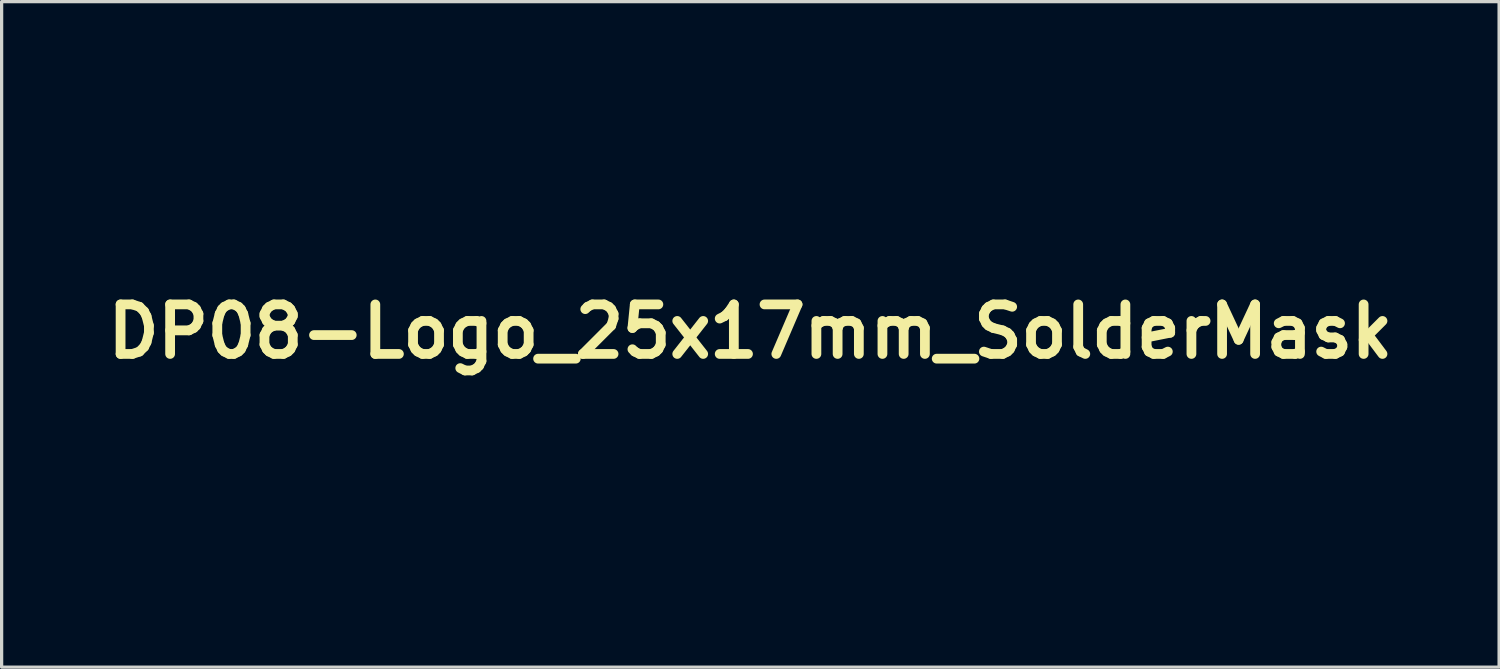
<source format=kicad_pcb>
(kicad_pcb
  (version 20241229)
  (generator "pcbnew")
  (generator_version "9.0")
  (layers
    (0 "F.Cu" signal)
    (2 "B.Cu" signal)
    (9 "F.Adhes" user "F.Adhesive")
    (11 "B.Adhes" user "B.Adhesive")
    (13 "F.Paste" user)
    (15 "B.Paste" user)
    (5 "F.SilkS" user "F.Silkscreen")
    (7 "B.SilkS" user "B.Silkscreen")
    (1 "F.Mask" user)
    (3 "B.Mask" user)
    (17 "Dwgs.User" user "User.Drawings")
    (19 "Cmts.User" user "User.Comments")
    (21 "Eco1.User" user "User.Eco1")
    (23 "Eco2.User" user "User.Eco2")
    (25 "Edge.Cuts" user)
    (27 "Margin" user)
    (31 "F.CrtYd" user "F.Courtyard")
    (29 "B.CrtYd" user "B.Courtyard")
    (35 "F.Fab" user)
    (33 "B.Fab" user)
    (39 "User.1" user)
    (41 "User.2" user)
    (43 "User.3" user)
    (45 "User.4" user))
  (footprint "DP08-Logo_25x17mm_SolderMask"
    (layer "F.Cu")
    (at 20.037 7.151)
    (property "Reference" "DP08-Logo_25x17mm_SolderMask" (at 0 0 0) (layer "F.SilkS") (effects (font (size 1.524 1.524) (thickness 0.3))))
    (attr through_hole)
    (fp_poly (pts (xy 1.49 -4.777) (xy 1.65 -4.578) (xy 1.693 -4.375) (xy 1.621 -4.154) (xy 1.443 -3.952) (xy 1.218 -3.826) (xy 1.116 -3.81) (xy 0.919 -3.868) (xy 0.762 -3.979) (xy 0.634 -4.181) (xy 0.593 -4.36) (xy 0.623 -4.475) (xy 0.767 -4.475) (xy 0.772 -4.277) (xy 0.865 -4.1) (xy 1.039 -3.992) (xy 1.136 -3.979) (xy 1.333 -4.024) (xy 1.422 -4.081) (xy 1.514 -4.274) (xy 1.498 -4.5) (xy 1.402 -4.652) (xy 1.231 -4.719) (xy 1.042 -4.726) (xy 0.855 -4.641) (xy 0.767 -4.475) (xy 0.623 -4.475) (xy 0.652 -4.579) (xy 0.762 -4.741) (xy 0.997 -4.877) (xy 1.256 -4.883) (xy 1.49 -4.777)) (stroke (width 0.01) (type solid)) (fill yes) (layer "F.Mask"))
    (fp_poly (pts (xy 2.389 -7.073) (xy 2.599 -7.026) (xy 3.199 -6.85) (xy 3.67 -6.644) (xy 4.053 -6.385) (xy 4.336 -6.112) (xy 4.592 -5.769) (xy 4.754 -5.392) (xy 4.841 -4.929) (xy 4.861 -4.638) (xy 4.929 -4.143) (xy 5.101 -3.648) (xy 5.144 -3.556) (xy 5.291 -3.218) (xy 5.351 -3.009) (xy 5.324 -2.91) (xy 5.212 -2.906) (xy 5.179 -2.915) (xy 5.063 -2.892) (xy 4.927 -2.74) (xy 4.807 -2.542) (xy 4.688 -2.294) (xy 4.643 -2.124) (xy 4.659 -2.073) (xy 4.746 -1.978) (xy 4.676 -1.908) (xy 4.461 -1.869) (xy 4.279 -1.863) (xy 3.992 -1.85) (xy 3.825 -1.803) (xy 3.733 -1.707) (xy 3.727 -1.697) (xy 3.687 -1.55) (xy 3.789 -1.451) (xy 3.796 -1.447) (xy 3.955 -1.408) (xy 4.03 -1.434) (xy 4.136 -1.439) (xy 4.356 -1.398) (xy 4.649 -1.323) (xy 4.973 -1.227) (xy 5.286 -1.122) (xy 5.548 -1.023) (xy 5.717 -0.941) (xy 5.757 -0.9) (xy 5.818 -0.791) (xy 5.888 -0.727) (xy 5.982 -0.606) (xy 6.119 -0.346) (xy 6.302 0.058) (xy 6.533 0.611) (xy 6.813 1.319) (xy 6.884 1.502) (xy 7.009 1.812) (xy 7.113 2.05) (xy 7.182 2.181) (xy 7.197 2.195) (xy 7.267 2.133) (xy 7.42 1.972) (xy 7.525 1.854) (xy 7.861 1.854) (xy 7.94 1.819) (xy 8.128 1.666) (xy 8.222 1.581) (xy 8.436 1.365) (xy 8.623 1.142) (xy 8.754 0.951) (xy 8.802 0.828) (xy 8.796 0.81) (xy 8.728 0.853) (xy 8.577 0.997) (xy 8.368 1.214) (xy 8.27 1.32) (xy 8.027 1.598) (xy 7.891 1.778) (xy 7.861 1.854) (xy 7.525 1.854) (xy 7.627 1.741) (xy 7.728 1.625) (xy 8.029 1.28) (xy 8.362 0.904) (xy 8.659 0.573) (xy 8.68 0.55) (xy 8.851 0.355) (xy 9.186 0.355) (xy 9.258 0.473) (xy 9.422 0.655) (xy 9.61 0.847) (xy 9.844 1.078) (xy 10.032 1.254) (xy 10.144 1.347) (xy 10.159 1.355) (xy 10.234 1.298) (xy 10.402 1.144) (xy 10.638 0.917) (xy 10.912 0.645) (xy 11.249 0.293) (xy 11.454 0.046) (xy 11.528 -0.096) (xy 11.515 -0.127) (xy 11.399 -0.104) (xy 11.201 0.035) (xy 11.002 0.216) (xy 10.591 0.621) (xy 10.426 0.417) (xy 10.304 0.281) (xy 10.214 0.27) (xy 10.085 0.373) (xy 10.082 0.375) (xy 9.962 0.471) (xy 9.869 0.477) (xy 9.742 0.382) (xy 9.649 0.294) (xy 9.51 0.169) (xy 9.864 0.169) (xy 9.883 0.242) (xy 9.943 0.254) (xy 10.025 0.223) (xy 10.499 0.223) (xy 10.54 0.347) (xy 10.624 0.395) (xy 10.655 0.38) (xy 10.644 0.293) (xy 10.599 0.236) (xy 10.514 0.188) (xy 10.499 0.223) (xy 10.025 0.223) (xy 10.059 0.21) (xy 10.075 0.169) (xy 10.015 0.087) (xy 9.996 0.085) (xy 9.881 0.146) (xy 9.864 0.169) (xy 9.51 0.169) (xy 9.483 0.145) (xy 9.38 0.105) (xy 9.288 0.16) (xy 9.251 0.195) (xy 9.189 0.273) (xy 9.186 0.355) (xy 8.851 0.355) (xy 8.895 0.305) (xy 9.058 0.102) (xy 9.139 -0.022) (xy 9.143 -0.038) (xy 9.164 -0.08) (xy 9.567 -0.08) (xy 9.632 -0.002) (xy 9.652 0) (xy 9.687 -0.033) (xy 10.189 -0.033) (xy 10.202 0) (xy 10.314 0.082) (xy 10.339 0.085) (xy 10.364 0.057) (xy 10.704 0.057) (xy 10.772 0.149) (xy 10.842 0.169) (xy 10.92 0.113) (xy 10.922 0.099) (xy 10.867 -0.024) (xy 10.752 -0.041) (xy 10.739 -0.034) (xy 10.704 0.057) (xy 10.364 0.057) (xy 10.385 0.033) (xy 10.372 0) (xy 10.26 -0.082) (xy 10.235 -0.085) (xy 10.189 -0.033) (xy 9.687 -0.033) (xy 9.726 -0.069) (xy 9.737 -0.132) (xy 9.696 -0.22) (xy 9.652 -0.212) (xy 9.571 -0.103) (xy 9.567 -0.08) (xy 9.164 -0.08) (xy 9.202 -0.156) (xy 9.298 -0.27) (xy 9.94 -0.27) (xy 9.944 -0.261) (xy 10.039 -0.251) (xy 10.044 -0.254) (xy 10.414 -0.254) (xy 10.483 -0.18) (xy 10.546 -0.169) (xy 10.634 -0.21) (xy 10.626 -0.254) (xy 10.517 -0.335) (xy 10.494 -0.339) (xy 10.416 -0.274) (xy 10.414 -0.254) (xy 10.044 -0.254) (xy 10.219 -0.346) (xy 10.456 -0.524) (xy 10.721 -0.766) (xy 10.832 -0.882) (xy 10.962 -1.049) (xy 10.97 -1.16) (xy 10.936 -1.205) (xy 10.856 -1.232) (xy 10.731 -1.17) (xy 10.537 -1.006) (xy 10.359 -0.832) (xy 10.13 -0.585) (xy 9.984 -0.388) (xy 9.94 -0.27) (xy 9.298 -0.27) (xy 9.342 -0.322) (xy 9.509 -0.482) (xy 9.651 -0.582) (xy 9.689 -0.593) (xy 9.789 -0.648) (xy 9.974 -0.793) (xy 10.207 -1.001) (xy 10.268 -1.058) (xy 10.505 -1.277) (xy 10.698 -1.44) (xy 10.812 -1.52) (xy 10.825 -1.524) (xy 10.923 -1.468) (xy 11.074 -1.331) (xy 11.092 -1.311) (xy 11.292 -1.099) (xy 10.717 -0.506) (xy 10.901 -0.322) (xy 11.037 -0.2) (xy 11.133 -0.195) (xy 11.261 -0.297) (xy 11.382 -0.393) (xy 11.476 -0.393) (xy 11.604 -0.287) (xy 11.666 -0.226) (xy 11.895 0.003) (xy 10.954 0.912) (xy 10.632 1.233) (xy 10.227 1.653) (xy 9.768 2.141) (xy 9.282 2.668) (xy 8.797 3.203) (xy 8.466 3.575) (xy 8.061 4.031) (xy 7.69 4.44) (xy 7.369 4.786) (xy 7.112 5.053) (xy 6.935 5.225) (xy 6.853 5.287) (xy 6.85 5.287) (xy 6.788 5.206) (xy 6.658 5.007) (xy 6.475 4.72) (xy 6.259 4.373) (xy 6.026 3.995) (xy 5.794 3.613) (xy 5.672 3.41) (xy 5.937 3.41) (xy 5.968 3.475) (xy 6.043 3.609) (xy 6.176 3.834) (xy 6.381 4.177) (xy 6.431 4.262) (xy 6.878 5.009) (xy 7.172 4.727) (xy 7.392 4.495) (xy 7.588 4.257) (xy 7.634 4.191) (xy 7.664 4.126) (xy 7.596 4.175) (xy 7.445 4.327) (xy 7.384 4.393) (xy 7.169 4.608) (xy 6.991 4.752) (xy 6.884 4.798) (xy 6.877 4.795) (xy 6.798 4.702) (xy 6.659 4.498) (xy 6.484 4.218) (xy 6.392 4.064) (xy 6.215 3.769) (xy 6.07 3.539) (xy 5.977 3.406) (xy 5.956 3.387) (xy 5.937 3.388) (xy 5.937 3.41) (xy 5.672 3.41) (xy 5.598 3.287) (xy 6.141 3.287) (xy 6.191 3.45) (xy 6.325 3.712) (xy 6.481 3.977) (xy 6.664 4.27) (xy 6.816 4.494) (xy 6.917 4.62) (xy 6.942 4.637) (xy 7.019 4.566) (xy 7.174 4.404) (xy 7.366 4.191) (xy 7.74 3.768) (xy 7.359 4.128) (xy 7.152 4.316) (xy 6.995 4.446) (xy 6.928 4.487) (xy 6.861 4.42) (xy 6.742 4.247) (xy 6.594 4.009) (xy 6.442 3.749) (xy 6.311 3.507) (xy 6.225 3.326) (xy 6.206 3.248) (xy 6.266 3.295) (xy 6.385 3.456) (xy 6.54 3.698) (xy 6.567 3.742) (xy 6.726 4.006) (xy 6.849 4.208) (xy 6.913 4.309) (xy 6.916 4.312) (xy 6.987 4.282) (xy 7.129 4.164) (xy 7.304 3.998) (xy 7.469 3.823) (xy 7.587 3.679) (xy 7.62 3.613) (xy 7.569 3.593) (xy 7.493 3.641) (xy 7.39 3.691) (xy 7.373 3.633) (xy 7.444 3.504) (xy 7.472 3.471) (xy 7.533 3.396) (xy 7.476 3.43) (xy 7.429 3.465) (xy 7.31 3.528) (xy 7.291 3.478) (xy 7.372 3.337) (xy 7.428 3.266) (xy 7.462 3.211) (xy 7.388 3.263) (xy 7.297 3.343) (xy 7.136 3.482) (xy 7.027 3.526) (xy 6.931 3.46) (xy 6.812 3.269) (xy 6.726 3.111) (xy 6.624 2.949) (xy 6.553 2.879) (xy 6.551 2.879) (xy 6.568 2.944) (xy 6.644 3.105) (xy 6.754 3.315) (xy 6.87 3.522) (xy 6.967 3.679) (xy 6.995 3.716) (xy 7.073 3.698) (xy 7.152 3.642) (xy 7.256 3.592) (xy 7.276 3.648) (xy 7.203 3.768) (xy 7.18 3.793) (xy 7.08 3.872) (xy 6.991 3.865) (xy 6.886 3.753) (xy 6.738 3.515) (xy 6.689 3.429) (xy 6.544 3.188) (xy 6.432 3.02) (xy 6.378 2.963) (xy 6.39 3.027) (xy 6.467 3.188) (xy 6.586 3.401) (xy 6.72 3.623) (xy 6.843 3.807) (xy 6.908 3.889) (xy 7.01 3.961) (xy 7.121 3.916) (xy 7.194 3.855) (xy 7.323 3.762) (xy 7.363 3.78) (xy 7.318 3.878) (xy 7.194 4.026) (xy 7.164 4.055) (xy 6.962 4.245) (xy 6.642 3.71) (xy 6.462 3.409) (xy 6.349 3.229) (xy 6.281 3.146) (xy 6.235 3.135) (xy 6.19 3.173) (xy 6.166 3.199) (xy 6.141 3.287) (xy 5.598 3.287) (xy 5.58 3.257) (xy 5.403 2.954) (xy 5.279 2.734) (xy 5.266 2.709) (xy 5.164 2.532) (xy 5.091 2.454) (xy 5.042 2.49) (xy 5.011 2.653) (xy 4.995 2.957) (xy 4.988 3.416) (xy 4.987 3.476) (xy 4.986 3.932) (xy 4.986 4.358) (xy 4.988 4.71) (xy 4.992 4.942) (xy 4.993 4.959) (xy 4.979 5.214) (xy 4.893 5.376) (xy 4.702 5.474) (xy 4.374 5.537) (xy 4.36 5.539) (xy 4.142 5.571) (xy 3.799 5.624) (xy 3.364 5.692) (xy 2.87 5.77) (xy 2.352 5.853) (xy 1.843 5.935) (xy 1.376 6.011) (xy 0.986 6.076) (xy 0.706 6.124) (xy 0.593 6.144) (xy 0.411 6.175) (xy 0.117 6.22) (xy -0.233 6.271) (xy -0.326 6.284) (xy -0.675 6.33) (xy -0.894 6.345) (xy -1.019 6.329) (xy -1.088 6.278) (xy -1.113 6.24) (xy -1.171 6.177) (xy -1.204 6.165) (xy -0.923 6.165) (xy -0.895 6.176) (xy -0.804 6.153) (xy -0.64 6.119) (xy -0.365 6.07) (xy -0.035 6.017) (xy 0 6.011) (xy 0.405 5.948) (xy 0.671 5.896) (xy 0.828 5.84) (xy 0.904 5.766) (xy 0.929 5.66) (xy 0.931 5.54) (xy 0.931 5.249) (xy 1.05 5.249) (xy 1.084 5.542) (xy 1.12 5.736) (xy 1.198 5.804) (xy 1.372 5.791) (xy 1.385 5.788) (xy 1.606 5.746) (xy 1.757 5.71) (xy 1.837 5.611) (xy 1.863 5.464) (xy 1.862 5.461) (xy 1.99 5.461) (xy 2.006 5.602) (xy 2.083 5.662) (xy 2.259 5.654) (xy 2.435 5.622) (xy 2.613 5.56) (xy 2.656 5.456) (xy 2.647 5.41) (xy 2.632 5.388) (xy 2.794 5.388) (xy 2.819 5.453) (xy 2.907 5.487) (xy 3.081 5.49) (xy 3.362 5.461) (xy 3.772 5.399) (xy 4.17 5.332) (xy 4.741 5.232) (xy 4.741 4.225) (xy 4.255 4.25) (xy 3.98 4.269) (xy 3.831 4.306) (xy 3.762 4.388) (xy 3.73 4.542) (xy 3.725 4.572) (xy 3.666 4.788) (xy 3.549 4.883) (xy 3.493 4.895) (xy 3.333 4.979) (xy 3.302 5.086) (xy 3.259 5.206) (xy 3.104 5.248) (xy 3.048 5.249) (xy 2.853 5.282) (xy 2.794 5.388) (xy 2.632 5.388) (xy 2.567 5.295) (xy 2.381 5.251) (xy 2.297 5.249) (xy 2.092 5.264) (xy 2.006 5.33) (xy 1.99 5.461) (xy 1.862 5.461) (xy 1.849 5.335) (xy 1.777 5.271) (xy 1.603 5.251) (xy 1.456 5.249) (xy 1.05 5.249) (xy 0.931 5.249) (xy -0.764 5.249) (xy -0.708 5.601) (xy -0.686 5.846) (xy -0.73 5.993) (xy -0.813 6.075) (xy -0.923 6.165) (xy -1.204 6.165) (xy -1.28 6.136) (xy -1.471 6.111) (xy -1.773 6.099) (xy -2.196 6.096) (xy -2.626 6.099) (xy -2.916 6.109) (xy -3.094 6.132) (xy -3.19 6.171) (xy -3.232 6.23) (xy -3.237 6.246) (xy -3.281 6.31) (xy -3.392 6.368) (xy -3.595 6.426) (xy -3.912 6.491) (xy -4.368 6.568) (xy -4.495 6.588) (xy -5.213 6.702) (xy -5.925 6.815) (xy -6.611 6.925) (xy -7.25 7.028) (xy -7.82 7.121) (xy -8.301 7.199) (xy -8.672 7.261) (xy -8.911 7.302) (xy -8.991 7.316) (xy -9.139 7.32) (xy -9.181 7.3) (xy -9.204 7.198) (xy -9.221 6.973) (xy -9.229 6.672) (xy -9.229 6.634) (xy -9.229 6.016) (xy -10.52 5.992) (xy -11.811 5.969) (xy -11.807 5.927) (xy -9.059 5.927) (xy -9.059 6.528) (xy -9.051 6.855) (xy -9.025 7.035) (xy -8.974 7.093) (xy -8.952 7.089) (xy -8.824 7.06) (xy -8.573 7.016) (xy -8.241 6.966) (xy -8.063 6.941) (xy -7.281 6.834) (xy -7.281 6.558) (xy -7.357 6.287) (xy -7.382 6.265) (xy -7.112 6.265) (xy -7.112 6.53) (xy -7.097 6.711) (xy -7.022 6.766) (xy -6.879 6.75) (xy -6.682 6.714) (xy -6.38 6.663) (xy -6.033 6.607) (xy -5.997 6.601) (xy -5.655 6.539) (xy -5.46 6.48) (xy -5.389 6.416) (xy -5.392 6.382) (xy -5.429 6.351) (xy -5.242 6.351) (xy -5.206 6.421) (xy -5.108 6.435) (xy -4.955 6.422) (xy -4.693 6.388) (xy -4.41 6.346) (xy -4.002 6.279) (xy -3.732 6.227) (xy -3.574 6.183) (xy -3.497 6.136) (xy -3.473 6.078) (xy -3.471 6.052) (xy -3.547 5.971) (xy -3.744 5.927) (xy -4.021 5.918) (xy -4.333 5.943) (xy -4.639 6) (xy -4.895 6.088) (xy -4.914 6.098) (xy -5.141 6.237) (xy -5.242 6.351) (xy -5.429 6.351) (xy -5.459 6.325) (xy -5.625 6.288) (xy -5.914 6.27) (xy -6.274 6.265) (xy -7.112 6.265) (xy -7.382 6.265) (xy -7.582 6.09) (xy -7.951 5.969) (xy -8.458 5.927) (xy -8.472 5.927) (xy -9.059 5.927) (xy -11.807 5.927) (xy -11.788 5.688) (xy -11.557 5.688) (xy -11.55 5.769) (xy -11.45 5.801) (xy -11.224 5.821) (xy -10.915 5.827) (xy -10.811 5.825) (xy -10.118 5.808) (xy -10.753 5.779) (xy -11.066 5.757) (xy -11.109 5.752) (xy -9.967 5.752) (xy -9.111 5.779) (xy -8.75 5.792) (xy -8.461 5.806) (xy -8.278 5.818) (xy -8.234 5.824) (xy -8.213 5.801) (xy -8.281 5.742) (xy -8.453 5.64) (xy -8.551 5.588) (xy -8.755 5.468) (xy -8.876 5.367) (xy -8.89 5.337) (xy -8.873 5.288) (xy -8.721 5.288) (xy -8.652 5.342) (xy -8.466 5.456) (xy -8.197 5.611) (xy -8.022 5.708) (xy -7.662 5.898) (xy -7.391 6.014) (xy -7.157 6.074) (xy -6.907 6.094) (xy -6.837 6.094) (xy -6.56 6.089) (xy -6.414 6.06) (xy -6.357 5.995) (xy -6.35 5.927) (xy -6.181 5.927) (xy -6.161 6.024) (xy -6.075 6.075) (xy -5.884 6.094) (xy -5.704 6.096) (xy -5.449 6.084) (xy -5.217 6.036) (xy -4.956 5.937) (xy -4.662 5.792) (xy -4.22 5.792) (xy -4.088 5.824) (xy -3.805 5.837) (xy -3.441 5.839) (xy -3.019 5.836) (xy -2.745 5.821) (xy -2.678 5.808) (xy -2.413 5.808) (xy -1.672 5.825) (xy -1.316 5.83) (xy -1.097 5.822) (xy -0.981 5.793) (xy -0.937 5.737) (xy -0.931 5.677) (xy -0.952 5.47) (xy -1.01 5.118) (xy -1.104 4.638) (xy -1.151 4.414) (xy -1.197 4.276) (xy -1.233 4.253) (xy -1.236 4.348) (xy -1.211 4.568) (xy -1.161 4.868) (xy -1.144 4.961) (xy -1.084 5.281) (xy -1.039 5.534) (xy -1.017 5.677) (xy -1.016 5.69) (xy -1.094 5.721) (xy -1.302 5.75) (xy -1.6 5.774) (xy -1.714 5.779) (xy -2.413 5.808) (xy -2.678 5.808) (xy -2.599 5.792) (xy -2.559 5.746) (xy -2.562 5.736) (xy -2.599 5.607) (xy -2.613 5.554) (xy -1.299 5.554) (xy -1.262 5.588) (xy -1.2 5.517) (xy -1.185 5.419) (xy -1.199 5.281) (xy -1.218 5.249) (xy -1.262 5.319) (xy -1.295 5.419) (xy -1.299 5.554) (xy -2.613 5.554) (xy -2.659 5.374) (xy -2.283 5.374) (xy -2.192 5.385) (xy -1.971 5.391) (xy -1.905 5.391) (xy -1.665 5.387) (xy -1.556 5.376) (xy -1.596 5.361) (xy -1.632 5.357) (xy -1.931 5.343) (xy -2.215 5.356) (xy -2.224 5.358) (xy -2.283 5.374) (xy -2.659 5.374) (xy -2.662 5.362) (xy -2.697 5.219) (xy -2.582 5.219) (xy -2.095 5.234) (xy -1.817 5.235) (xy -1.669 5.21) (xy -1.614 5.147) (xy -1.61 5.101) (xy -1.628 5.031) (xy -1.517 5.031) (xy -1.502 5.14) (xy -1.473 5.142) (xy -1.453 5.028) (xy -1.466 4.979) (xy -1.504 4.947) (xy -1.517 5.031) (xy -1.628 5.031) (xy -1.632 5.013) (xy -1.675 5.053) (xy -1.791 5.118) (xy -2.014 5.169) (xy -2.161 5.186) (xy -2.582 5.219) (xy -2.697 5.219) (xy -2.736 5.058) (xy -2.582 5.058) (xy -2.244 5.048) (xy -2.022 5.027) (xy -1.921 4.963) (xy -1.917 4.946) (xy -1.348 4.946) (xy -1.332 5.056) (xy -1.304 5.057) (xy -1.283 4.944) (xy -1.297 4.895) (xy -1.334 4.863) (xy -1.348 4.946) (xy -1.917 4.946) (xy -1.894 4.846) (xy -1.891 4.731) (xy -1.911 4.78) (xy -1.92 4.82) (xy -2.012 4.95) (xy -2.231 5.017) (xy -2.27 5.022) (xy -2.582 5.058) (xy -2.736 5.058) (xy -2.738 5.047) (xy -2.756 4.974) (xy -2.809 4.77) (xy -2.596 4.77) (xy -2.585 4.82) (xy -2.54 4.826) (xy -2.494 4.806) (xy -2.249 4.806) (xy -2.166 4.819) (xy -2.056 4.804) (xy -2.055 4.775) (xy -2.168 4.755) (xy -2.217 4.768) (xy -2.249 4.806) (xy -2.494 4.806) (xy -2.47 4.795) (xy -2.484 4.77) (xy -2.584 4.759) (xy -2.596 4.77) (xy -2.809 4.77) (xy -2.838 4.657) (xy -1.765 4.657) (xy -1.751 4.777) (xy -1.722 4.763) (xy -1.711 4.589) (xy -1.716 4.572) (xy -1.595 4.572) (xy -1.582 4.692) (xy -1.553 4.678) (xy -1.541 4.504) (xy -1.553 4.466) (xy -1.583 4.456) (xy -1.595 4.572) (xy -1.716 4.572) (xy -1.722 4.551) (xy -1.753 4.54) (xy -1.765 4.657) (xy -2.838 4.657) (xy -2.846 4.627) (xy -2.847 4.625) (xy -2.684 4.625) (xy -2.651 4.646) (xy -2.519 4.651) (xy -2.346 4.622) (xy -2.292 4.551) (xy -2.32 4.438) (xy -2.195 4.438) (xy -2.179 4.548) (xy -2.15 4.549) (xy -2.13 4.436) (xy -2.143 4.387) (xy -2.181 4.355) (xy -2.195 4.438) (xy -2.32 4.438) (xy -2.331 4.391) (xy -2.361 4.318) (xy -2.019 4.318) (xy -2.005 4.438) (xy -1.976 4.424) (xy -1.975 4.403) (xy -1.426 4.403) (xy -1.413 4.523) (xy -1.383 4.508) (xy -1.372 4.335) (xy -1.383 4.297) (xy -1.414 4.286) (xy -1.426 4.403) (xy -1.975 4.403) (xy -1.966 4.269) (xy -1.856 4.269) (xy -1.84 4.378) (xy -1.812 4.38) (xy -1.791 4.266) (xy -1.805 4.217) (xy -1.842 4.185) (xy -1.856 4.269) (xy -1.966 4.269) (xy -1.965 4.25) (xy -1.976 4.212) (xy -2.007 4.202) (xy -2.019 4.318) (xy -2.361 4.318) (xy -2.378 4.276) (xy -2.435 4.167) (xy -2.438 4.212) (xy -2.421 4.302) (xy -2.44 4.481) (xy -2.568 4.572) (xy -2.684 4.625) (xy -2.847 4.625) (xy -2.926 4.421) (xy -3.007 4.329) (xy -3.054 4.318) (xy -3.204 4.38) (xy -3.246 4.439) (xy -3.352 4.53) (xy -3.56 4.611) (xy -3.637 4.63) (xy -3.982 4.699) (xy -3.765 5.018) (xy -3.548 5.337) (xy -3.812 5.484) (xy -4.072 5.632) (xy -4.211 5.731) (xy -4.22 5.792) (xy -4.662 5.792) (xy -4.618 5.77) (xy -4.488 5.702) (xy -3.75 5.307) (xy -4.172 4.622) (xy -4.307 4.403) (xy -4.149 4.403) (xy -4.073 4.454) (xy -3.884 4.483) (xy -3.789 4.486) (xy -3.575 4.475) (xy -3.516 4.441) (xy -3.556 4.403) (xy -3.722 4.341) (xy -3.92 4.322) (xy -4.085 4.344) (xy -4.149 4.403) (xy -4.307 4.403) (xy -4.38 4.285) (xy -4.516 4.068) (xy -4.6 3.948) (xy -4.651 3.901) (xy -4.689 3.903) (xy -4.733 3.932) (xy -4.738 3.935) (xy -4.767 4.041) (xy -4.671 4.252) (xy -4.653 4.282) (xy -4.56 4.461) (xy -4.543 4.563) (xy -4.558 4.572) (xy -4.644 4.505) (xy -4.781 4.333) (xy -4.901 4.151) (xy -5.085 3.889) (xy -5.225 3.778) (xy -5.289 3.778) (xy -5.357 3.813) (xy -5.372 3.87) (xy -5.323 3.98) (xy -5.199 4.177) (xy -5.066 4.376) (xy -4.906 4.622) (xy -4.837 4.76) (xy -4.85 4.818) (xy -4.893 4.826) (xy -4.969 4.759) (xy -5.097 4.586) (xy -5.211 4.404) (xy -5.407 4.117) (xy -5.562 3.99) (xy -5.681 4.019) (xy -5.711 4.057) (xy -5.695 4.165) (xy -5.605 4.366) (xy -5.491 4.566) (xy -5.356 4.801) (xy -5.277 4.976) (xy -5.269 5.043) (xy -5.333 5.002) (xy -5.456 4.848) (xy -5.605 4.625) (xy -5.79 4.357) (xy -5.924 4.233) (xy -6.007 4.231) (xy -6.043 4.3) (xy -6.006 4.44) (xy -5.887 4.675) (xy -5.727 4.947) (xy -5.552 5.244) (xy -5.417 5.489) (xy -5.342 5.645) (xy -5.334 5.676) (xy -5.41 5.722) (xy -5.605 5.752) (xy -5.757 5.757) (xy -6.011 5.766) (xy -6.138 5.804) (xy -6.179 5.888) (xy -6.181 5.927) (xy -6.35 5.927) (xy -6.372 5.825) (xy -6.467 5.774) (xy -6.675 5.758) (xy -6.773 5.757) (xy -7.015 5.742) (xy -7.168 5.704) (xy -7.197 5.674) (xy -7.162 5.588) (xy -7.016 5.588) (xy -5.487 5.588) (xy -5.666 5.313) (xy -5.832 5.05) (xy -6.005 4.761) (xy -6.029 4.72) (xy -6.15 4.527) (xy -6.24 4.416) (xy -6.26 4.406) (xy -6.322 4.475) (xy -6.447 4.655) (xy -6.609 4.912) (xy -6.662 4.998) (xy -7.016 5.588) (xy -7.162 5.588) (xy -7.154 5.568) (xy -7.039 5.36) (xy -6.875 5.089) (xy -6.816 4.995) (xy -6.604 4.655) (xy -6.483 4.431) (xy -6.446 4.3) (xy -6.485 4.242) (xy -6.549 4.233) (xy -6.651 4.3) (xy -6.801 4.474) (xy -6.933 4.668) (xy -7.082 4.888) (xy -7.199 5.025) (xy -7.253 5.052) (xy -7.238 4.96) (xy -7.148 4.773) (xy -7.031 4.578) (xy -6.864 4.273) (xy -6.82 4.074) (xy -6.901 3.984) (xy -6.948 3.979) (xy -7.032 4.046) (xy -7.168 4.219) (xy -7.298 4.417) (xy -7.443 4.63) (xy -7.553 4.751) (xy -7.601 4.757) (xy -7.578 4.627) (xy -7.48 4.441) (xy -7.469 4.425) (xy -7.273 4.127) (xy -7.179 3.934) (xy -7.179 3.823) (xy -7.235 3.781) (xy -7.357 3.823) (xy -7.528 4.014) (xy -7.623 4.154) (xy -7.787 4.386) (xy -7.911 4.528) (xy -7.981 4.568) (xy -7.977 4.498) (xy -7.883 4.309) (xy -7.867 4.283) (xy -7.785 4.094) (xy -7.775 3.958) (xy -7.827 3.913) (xy -7.933 3.994) (xy -7.939 4.001) (xy -8.024 4.123) (xy -8.158 4.334) (xy -8.319 4.592) (xy -8.479 4.858) (xy -8.616 5.09) (xy -8.702 5.246) (xy -8.721 5.288) (xy -8.873 5.288) (xy -8.85 5.22) (xy -8.751 5.025) (xy -8.718 4.968) (xy -8.546 4.676) (xy -8.85 4.62) (xy -9.063 4.551) (xy -9.192 4.456) (xy -9.2 4.44) (xy -9.243 4.403) (xy -8.932 4.403) (xy -8.897 4.461) (xy -8.725 4.487) (xy -8.688 4.487) (xy -8.476 4.465) (xy -8.347 4.411) (xy -8.34 4.403) (xy -8.375 4.345) (xy -8.547 4.319) (xy -8.584 4.318) (xy -8.796 4.34) (xy -8.925 4.394) (xy -8.932 4.403) (xy -9.243 4.403) (xy -9.312 4.342) (xy -9.432 4.318) (xy -9.527 4.337) (xy -9.601 4.415) (xy -9.671 4.583) (xy -9.752 4.873) (xy -9.792 5.035) (xy -9.967 5.752) (xy -11.109 5.752) (xy -11.309 5.727) (xy -11.437 5.694) (xy -11.444 5.69) (xy -11.456 5.583) (xy -11.443 5.44) (xy -11.344 5.44) (xy -11.325 5.515) (xy -11.245 5.557) (xy -11.069 5.574) (xy -10.764 5.573) (xy -10.689 5.571) (xy -10.033 5.555) (xy -10.623 5.525) (xy -10.938 5.495) (xy -11.172 5.448) (xy -11.228 5.419) (xy -11.091 5.419) (xy -9.948 5.386) (xy -10.472 5.356) (xy -10.761 5.335) (xy -10.922 5.299) (xy -10.997 5.229) (xy -11.03 5.106) (xy -11.031 5.097) (xy -11.038 5.056) (xy -10.922 5.056) (xy -10.886 5.165) (xy -10.756 5.222) (xy -10.501 5.237) (xy -10.379 5.235) (xy -9.948 5.22) (xy -10.328 5.186) (xy -10.583 5.147) (xy -10.774 5.088) (xy -10.815 5.064) (xy -10.906 5.024) (xy -10.922 5.056) (xy -11.038 5.056) (xy -11.055 4.96) (xy -11.069 4.977) (xy -11.079 5.144) (xy -11.091 5.419) (xy -11.228 5.419) (xy -11.278 5.393) (xy -11.331 5.357) (xy -11.344 5.44) (xy -11.443 5.44) (xy -11.436 5.358) (xy -11.388 5.062) (xy -11.383 5.038) (xy -11.366 4.946) (xy -11.254 4.946) (xy -11.238 5.056) (xy -11.21 5.057) (xy -11.189 4.944) (xy -11.203 4.895) (xy -11.24 4.863) (xy -11.254 4.946) (xy -11.366 4.946) (xy -11.328 4.741) (xy -10.824 4.741) (xy -10.811 4.862) (xy -10.781 4.847) (xy -10.78 4.826) (xy -10.668 4.826) (xy -10.636 4.964) (xy -10.591 4.995) (xy -10.548 4.928) (xy -10.559 4.826) (xy -10.608 4.689) (xy -10.636 4.657) (xy -10.662 4.728) (xy -10.668 4.826) (xy -10.78 4.826) (xy -10.77 4.674) (xy -10.781 4.636) (xy -10.812 4.625) (xy -10.824 4.741) (xy -11.328 4.741) (xy -11.307 4.629) (xy -11.287 4.487) (xy -11.163 4.487) (xy -11.149 4.608) (xy -11.12 4.593) (xy -11.119 4.572) (xy -10.993 4.572) (xy -10.98 4.692) (xy -10.951 4.678) (xy -10.942 4.551) (xy -10.401 4.551) (xy -10.396 4.739) (xy -10.32 4.809) (xy -10.139 4.813) (xy -9.969 4.803) (xy -9.96 4.789) (xy -10.091 4.766) (xy -10.277 4.688) (xy -10.318 4.589) (xy -10.215 4.589) (xy -10.142 4.645) (xy -10.013 4.647) (xy -9.885 4.63) (xy -9.915 4.602) (xy -9.927 4.598) (xy -10.049 4.487) (xy -10.075 4.34) (xy -10.083 4.233) (xy -9.931 4.233) (xy -9.924 4.375) (xy -9.856 4.403) (xy -9.759 4.332) (xy -9.737 4.233) (xy -9.768 4.096) (xy -9.811 4.064) (xy -9.891 4.134) (xy -9.931 4.233) (xy -10.083 4.233) (xy -10.087 4.18) (xy -10.121 4.187) (xy -10.176 4.36) (xy -10.192 4.424) (xy -10.215 4.589) (xy -10.318 4.589) (xy -10.354 4.503) (xy -10.378 4.368) (xy -10.391 4.386) (xy -10.401 4.551) (xy -10.942 4.551) (xy -10.939 4.504) (xy -10.951 4.466) (xy -10.981 4.456) (xy -10.993 4.572) (xy -11.119 4.572) (xy -11.109 4.42) (xy -11.12 4.381) (xy -11.151 4.371) (xy -11.163 4.487) (xy -11.287 4.487) (xy -11.27 4.372) (xy -11.271 4.251) (xy -11.305 4.249) (xy -11.345 4.357) (xy -11.397 4.582) (xy -11.451 4.876) (xy -11.502 5.191) (xy -11.539 5.478) (xy -11.557 5.688) (xy -11.788 5.688) (xy -11.783 5.63) (xy -11.757 5.418) (xy -11.707 5.083) (xy -11.64 4.671) (xy -11.564 4.233) (xy -10.922 4.233) (xy -10.891 4.303) (xy -10.866 4.29) (xy -10.863 4.269) (xy -10.746 4.269) (xy -10.73 4.378) (xy -10.702 4.38) (xy -10.698 4.36) (xy -10.567 4.36) (xy -10.558 4.505) (xy -10.531 4.518) (xy -10.528 4.51) (xy -10.511 4.342) (xy -10.525 4.256) (xy -10.552 4.222) (xy -10.566 4.334) (xy -10.567 4.36) (xy -10.698 4.36) (xy -10.681 4.266) (xy -10.695 4.217) (xy -10.726 4.191) (xy -10.329 4.191) (xy -10.287 4.233) (xy -10.245 4.191) (xy -10.287 4.149) (xy -10.329 4.191) (xy -10.726 4.191) (xy -10.732 4.185) (xy -10.746 4.269) (xy -10.863 4.269) (xy -10.855 4.189) (xy -10.866 4.177) (xy -10.916 4.189) (xy -10.922 4.233) (xy -11.564 4.233) (xy -11.563 4.226) (xy -11.556 4.191) (xy -11.51 3.936) (xy -11.261 3.936) (xy -11.231 4.003) (xy -11.118 4.032) (xy -10.888 4.028) (xy -10.732 4.016) (xy -10.4 3.985) (xy -10.096 3.951) (xy -9.936 3.93) (xy -9.935 3.93) (xy -9.449 3.93) (xy -9.442 4.043) (xy -9.365 4.064) (xy -9.254 3.992) (xy -9.229 3.852) (xy -9.258 3.693) (xy -9.313 3.641) (xy -9.396 3.7) (xy -9.398 3.718) (xy -9.426 3.86) (xy -9.449 3.93) (xy -9.935 3.93) (xy -9.844 3.917) (xy -9.771 3.893) (xy -9.71 3.838) (xy -9.652 3.731) (xy -9.586 3.549) (xy -9.539 3.387) (xy -9.313 3.387) (xy -9.282 3.456) (xy -9.257 3.443) (xy -9.247 3.343) (xy -9.257 3.33) (xy -9.307 3.342) (xy -9.313 3.387) (xy -9.539 3.387) (xy -9.505 3.272) (xy -9.401 2.878) (xy -9.263 2.347) (xy -9.231 2.223) (xy -9.162 2.005) (xy -9.098 1.877) (xy -9.077 1.863) (xy -9.057 1.942) (xy -9.044 2.161) (xy -9.038 2.488) (xy -9.04 2.895) (xy -9.043 3.056) (xy -9.05 3.554) (xy -9.045 3.899) (xy -9.027 4.106) (xy -8.995 4.19) (xy -8.971 4.189) (xy -8.94 4.117) (xy -8.919 3.937) (xy -8.907 3.637) (xy -8.905 3.204) (xy -8.912 2.625) (xy -8.925 2.001) (xy -8.927 1.938) (xy -8.805 1.938) (xy -8.804 2.635) (xy -8.799 3.179) (xy -8.789 3.589) (xy -8.774 3.882) (xy -8.752 4.074) (xy -8.722 4.185) (xy -8.683 4.23) (xy -8.664 4.233) (xy -8.657 4.152) (xy -8.65 3.924) (xy -8.644 3.569) (xy -8.64 3.111) (xy -8.637 2.571) (xy -8.636 1.97) (xy -8.636 1.942) (xy -8.636 1.91) (xy -8.467 1.91) (xy -8.464 2.687) (xy -8.455 3.306) (xy -8.44 3.764) (xy -8.419 4.058) (xy -8.393 4.186) (xy -8.382 4.191) (xy -8.355 4.09) (xy -8.333 3.83) (xy -8.316 3.422) (xy -8.304 2.875) (xy -8.298 2.201) (xy -8.297 1.858) (xy -8.297 1.856) (xy -8.211 1.856) (xy -8.21 2.529) (xy -8.207 3.051) (xy -8.202 3.437) (xy -8.192 3.706) (xy -8.178 3.874) (xy -8.156 3.959) (xy -8.127 3.978) (xy -8.088 3.947) (xy -8.059 3.912) (xy -7.897 3.773) (xy -7.752 3.777) (xy -7.575 3.77) (xy -7.484 3.685) (xy -7.392 3.586) (xy -7.292 3.592) (xy -7.16 3.671) (xy -6.996 3.77) (xy -6.903 3.81) (xy -6.888 3.73) (xy -6.875 3.508) (xy -6.865 3.173) (xy -6.859 2.751) (xy -6.858 2.456) (xy -6.689 2.456) (xy -6.687 3.002) (xy -6.681 3.403) (xy -6.669 3.683) (xy -6.647 3.866) (xy -6.614 3.975) (xy -6.568 4.035) (xy -6.54 4.054) (xy -6.488 4.073) (xy -6.45 4.049) (xy -6.422 3.961) (xy -6.402 3.788) (xy -6.388 3.509) (xy -6.378 3.102) (xy -6.369 2.561) (xy -6.366 2.034) (xy -6.371 1.58) (xy -6.384 1.223) (xy -6.404 0.99) (xy -6.425 0.907) (xy -6.513 0.847) (xy -6.58 0.874) (xy -6.628 1.005) (xy -6.661 1.253) (xy -6.68 1.634) (xy -6.688 2.162) (xy -6.689 2.456) (xy -6.858 2.456) (xy -6.858 2.398) (xy -6.856 1.859) (xy -6.847 1.464) (xy -6.829 1.187) (xy -6.801 1.004) (xy -6.759 0.889) (xy -6.723 0.838) (xy -6.573 0.739) (xy -6.469 0.734) (xy -6.405 0.727) (xy -6.368 0.623) (xy -6.352 0.397) (xy -6.35 0.184) (xy -6.35 -0.412) (xy -6.717 -0.423) (xy -6.181 -0.423) (xy -6.181 4.155) (xy -5.99 4.053) (xy -5.8 3.943) (xy -5.554 3.79) (xy -5.473 3.737) (xy -5.27 3.61) (xy -5.156 3.572) (xy -5.078 3.617) (xy -5.032 3.676) (xy -4.875 3.786) (xy -4.77 3.774) (xy -4.597 3.79) (xy -4.491 3.89) (xy -4.452 3.929) (xy -4.422 3.92) (xy -4.4 3.845) (xy -4.385 3.687) (xy -4.376 3.43) (xy -4.373 3.056) (xy -4.374 2.549) (xy -4.379 1.905) (xy -4.233 1.905) (xy -4.23 2.663) (xy -4.221 3.279) (xy -4.207 3.748) (xy -4.187 4.063) (xy -4.161 4.218) (xy -4.149 4.233) (xy -4.121 4.15) (xy -4.099 3.903) (xy -4.082 3.5) (xy -4.07 2.947) (xy -4.065 2.25) (xy -4.064 1.947) (xy -3.895 1.947) (xy -3.893 2.551) (xy -3.889 3.092) (xy -3.882 3.551) (xy -3.873 3.905) (xy -3.862 4.134) (xy -3.85 4.217) (xy -3.849 4.216) (xy -3.837 4.123) (xy -3.826 3.883) (xy -3.817 3.519) (xy -3.81 3.054) (xy -3.806 2.51) (xy -3.804 1.981) (xy -3.641 1.981) (xy -3.638 2.723) (xy -3.628 3.325) (xy -3.613 3.78) (xy -3.592 4.082) (xy -3.566 4.223) (xy -3.556 4.233) (xy -2.771 4.233) (xy -2.715 4.371) (xy -2.649 4.403) (xy -2.548 4.381) (xy -2.54 4.367) (xy -2.566 4.268) (xy -2.591 4.198) (xy -2.617 4.162) (xy -0.95 4.162) (xy -0.931 4.322) (xy -0.874 4.556) (xy -0.811 4.716) (xy -0.793 4.74) (xy -0.584 4.839) (xy -0.282 4.87) (xy 0.055 4.837) (xy 0.365 4.743) (xy 0.508 4.663) (xy 0.709 4.459) (xy 0.753 4.259) (xy 0.652 4.079) (xy 0.418 3.936) (xy 0.063 3.845) (xy -0.12 3.826) (xy -0.522 3.817) (xy -0.779 3.862) (xy -0.915 3.973) (xy -0.95 4.162) (xy -2.617 4.162) (xy -2.679 4.075) (xy -2.754 4.104) (xy -2.771 4.233) (xy -3.556 4.233) (xy -3.521 4.151) (xy -3.494 3.916) (xy -3.491 3.852) (xy -3.201 3.852) (xy -3.192 3.997) (xy -3.165 4.01) (xy -3.162 4.002) (xy -3.145 3.834) (xy -3.159 3.748) (xy -3.186 3.714) (xy -3.2 3.826) (xy -3.201 3.852) (xy -3.491 3.852) (xy -3.477 3.542) (xy -3.471 3.046) (xy -3.471 3.031) (xy -3.467 2.61) (xy -3.454 2.265) (xy -3.435 2.022) (xy -3.411 1.911) (xy -3.4 1.909) (xy -3.352 2.02) (xy -3.275 2.258) (xy -3.18 2.588) (xy -3.092 2.921) (xy -2.993 3.297) (xy -2.904 3.611) (xy -2.837 3.826) (xy -2.803 3.907) (xy -2.701 3.937) (xy -2.471 3.972) (xy -2.151 4.007) (xy -1.958 4.023) (xy -1.583 4.048) (xy -1.349 4.051) (xy -1.23 4.031) (xy -1.199 3.987) (xy -1.203 3.968) (xy -1.304 3.886) (xy -1.51 3.819) (xy -1.596 3.804) (xy -1.961 3.679) (xy -1.016 3.679) (xy -0.987 3.754) (xy -0.872 3.747) (xy -0.754 3.71) (xy -0.479 3.662) (xy -0.129 3.662) (xy 0.224 3.705) (xy 0.507 3.784) (xy 0.577 3.82) (xy 0.812 4.041) (xy 0.904 4.304) (xy 0.86 4.533) (xy 0.669 4.758) (xy 0.348 4.911) (xy -0.075 4.981) (xy -0.352 4.981) (xy -0.616 4.976) (xy -0.795 4.991) (xy -0.847 5.016) (xy -0.768 5.042) (xy -0.553 5.062) (xy -0.235 5.075) (xy 0.127 5.08) (xy 1.101 5.08) (xy 1.101 4.936) (xy 1.27 4.936) (xy 1.296 5.015) (xy 1.398 5.059) (xy 1.612 5.078) (xy 1.816 5.08) (xy 2.363 5.08) (xy 2.379 4.995) (xy 2.54 4.995) (xy 2.604 5.078) (xy 2.625 5.08) (xy 2.707 5.016) (xy 2.709 4.995) (xy 2.963 4.995) (xy 3.028 5.078) (xy 3.048 5.08) (xy 3.13 5.016) (xy 3.133 4.995) (xy 3.068 4.913) (xy 3.048 4.911) (xy 2.966 4.975) (xy 2.963 4.995) (xy 2.709 4.995) (xy 2.645 4.913) (xy 2.625 4.911) (xy 2.542 4.975) (xy 2.54 4.995) (xy 2.379 4.995) (xy 2.418 4.788) (xy 2.435 4.632) (xy 2.574 4.632) (xy 2.586 4.663) (xy 2.668 4.738) (xy 2.708 4.652) (xy 2.709 4.619) (xy 2.963 4.619) (xy 3.004 4.707) (xy 3.048 4.699) (xy 3.112 4.614) (xy 3.387 4.614) (xy 3.432 4.727) (xy 3.471 4.741) (xy 3.546 4.673) (xy 3.556 4.614) (xy 3.51 4.502) (xy 3.471 4.487) (xy 3.396 4.556) (xy 3.387 4.614) (xy 3.112 4.614) (xy 3.129 4.591) (xy 3.133 4.567) (xy 3.068 4.49) (xy 3.048 4.487) (xy 2.974 4.556) (xy 2.963 4.619) (xy 2.709 4.619) (xy 2.709 4.609) (xy 2.668 4.522) (xy 2.623 4.531) (xy 2.574 4.632) (xy 2.435 4.632) (xy 2.443 4.56) (xy 2.431 4.395) (xy 2.428 4.386) (xy 2.397 4.38) (xy 2.378 4.51) (xy 2.377 4.534) (xy 2.329 4.792) (xy 2.182 4.938) (xy 1.911 4.993) (xy 1.82 4.995) (xy 1.576 4.972) (xy 1.398 4.914) (xy 1.372 4.894) (xy 1.289 4.844) (xy 1.27 4.936) (xy 1.101 4.936) (xy 1.101 3.895) (xy 1.439 3.895) (xy 1.439 4.826) (xy 2.201 4.826) (xy 2.201 4.191) (xy 2.54 4.191) (xy 2.586 4.304) (xy 2.625 4.318) (xy 2.7 4.249) (xy 2.709 4.191) (xy 2.963 4.191) (xy 3.009 4.304) (xy 3.048 4.318) (xy 3.123 4.249) (xy 3.133 4.191) (xy 3.387 4.191) (xy 3.432 4.304) (xy 3.471 4.318) (xy 3.546 4.249) (xy 3.556 4.191) (xy 3.51 4.078) (xy 3.471 4.064) (xy 3.396 4.133) (xy 3.387 4.191) (xy 3.133 4.191) (xy 3.087 4.078) (xy 3.048 4.064) (xy 2.973 4.133) (xy 2.963 4.191) (xy 2.709 4.191) (xy 2.664 4.078) (xy 2.625 4.064) (xy 2.55 4.133) (xy 2.54 4.191) (xy 2.201 4.191) (xy 2.201 3.895) (xy 1.439 3.895) (xy 1.101 3.895) (xy 1.101 3.735) (xy 1.27 3.735) (xy 1.304 3.852) (xy 1.376 3.839) (xy 1.569 3.78) (xy 1.839 3.762) (xy 2.099 3.785) (xy 2.223 3.824) (xy 2.347 3.951) (xy 2.371 4.039) (xy 2.393 4.134) (xy 2.417 4.13) (xy 2.434 4.023) (xy 2.41 3.871) (xy 2.37 3.81) (xy 2.54 3.81) (xy 2.604 3.892) (xy 2.625 3.895) (xy 2.707 3.83) (xy 2.709 3.81) (xy 2.963 3.81) (xy 3.028 3.892) (xy 3.048 3.895) (xy 3.13 3.83) (xy 3.133 3.81) (xy 3.387 3.81) (xy 3.451 3.892) (xy 3.471 3.895) (xy 3.554 3.83) (xy 3.556 3.81) (xy 3.492 3.728) (xy 3.471 3.725) (xy 3.389 3.79) (xy 3.387 3.81) (xy 3.133 3.81) (xy 3.068 3.728) (xy 3.048 3.725) (xy 2.966 3.79) (xy 2.963 3.81) (xy 2.709 3.81) (xy 2.645 3.728) (xy 2.625 3.725) (xy 2.542 3.79) (xy 2.54 3.81) (xy 2.37 3.81) (xy 2.289 3.687) (xy 2.079 3.607) (xy 1.839 3.653) (xy 1.815 3.666) (xy 1.664 3.695) (xy 1.558 3.602) (xy 1.459 3.53) (xy 1.634 3.53) (xy 1.711 3.556) (xy 1.72 3.556) (xy 1.867 3.512) (xy 1.901 3.477) (xy 1.912 3.378) (xy 1.828 3.351) (xy 1.712 3.409) (xy 1.693 3.43) (xy 1.634 3.53) (xy 1.459 3.53) (xy 1.426 3.505) (xy 1.315 3.558) (xy 1.27 3.735) (xy 1.101 3.735) (xy 1.101 3.556) (xy 0.042 3.556) (xy -0.409 3.559) (xy -0.715 3.571) (xy -0.902 3.594) (xy -0.994 3.631) (xy -1.016 3.679) (xy -1.961 3.679) (xy -1.987 3.67) (xy -2.322 3.395) (xy -2.586 3.005) (xy -2.761 2.525) (xy -2.833 1.978) (xy -2.834 1.905) (xy -2.825 1.819) (xy -2.691 1.819) (xy -2.659 2.27) (xy -2.547 2.703) (xy -2.367 3.087) (xy -2.128 3.391) (xy -1.842 3.585) (xy -1.573 3.641) (xy -1.373 3.629) (xy -1.299 3.573) (xy -1.31 3.45) (xy -1.338 3.303) (xy -1.388 3.022) (xy -1.399 2.963) (xy -1.185 2.963) (xy -1.154 3.033) (xy -1.129 3.02) (xy -1.119 2.919) (xy -1.129 2.907) (xy -1.179 2.919) (xy -1.185 2.963) (xy -1.399 2.963) (xy -1.454 2.643) (xy -1.529 2.198) (xy -1.57 1.95) (xy -1.647 1.499) (xy -1.717 1.11) (xy -1.775 0.813) (xy -1.814 0.636) (xy -1.827 0.6) (xy -1.948 0.585) (xy -2.13 0.664) (xy -2.322 0.805) (xy -2.47 0.978) (xy -2.475 0.987) (xy -2.633 1.381) (xy -2.691 1.819) (xy -2.825 1.819) (xy -2.776 1.368) (xy -2.604 0.951) (xy -2.313 0.644) (xy -2.134 0.536) (xy -1.942 0.421) (xy -1.852 0.33) (xy -1.859 0.298) (xy -1.977 0.251) (xy -2.214 0.172) (xy -2.528 0.076) (xy -2.661 0.037) (xy -2.999 -0.063) (xy -3.286 -0.149) (xy -3.473 -0.209) (xy -3.507 -0.221) (xy -3.547 -0.222) (xy -3.579 -0.179) (xy -3.602 -0.074) (xy -3.619 0.112) (xy -3.63 0.396) (xy -3.637 0.795) (xy -3.64 1.33) (xy -3.641 1.981) (xy -3.804 1.981) (xy -3.804 1.947) (xy -3.806 1.351) (xy -3.81 0.811) (xy -3.818 0.351) (xy -3.827 -0.006) (xy -3.838 -0.238) (xy -3.849 -0.322) (xy -3.861 -0.253) (xy -3.872 -0.036) (xy -3.881 0.309) (xy -3.888 0.759) (xy -3.893 1.294) (xy -3.895 1.892) (xy -3.895 1.947) (xy -4.064 1.947) (xy -4.064 1.905) (xy -4.067 1.147) (xy -4.076 0.531) (xy -4.091 0.062) (xy -4.111 -0.253) (xy -4.136 -0.408) (xy -4.149 -0.423) (xy -4.176 -0.34) (xy -4.199 -0.093) (xy -4.216 0.31) (xy -4.227 0.863) (xy -4.233 1.56) (xy -4.233 1.905) (xy -4.379 1.905) (xy -4.379 1.892) (xy -4.38 1.799) (xy -4.386 1.122) (xy -4.393 0.595) (xy -4.401 0.2) (xy -4.414 -0.082) (xy -4.431 -0.27) (xy -4.456 -0.383) (xy -4.488 -0.439) (xy -4.531 -0.459) (xy -4.57 -0.46) (xy -4.732 -0.455) (xy -5.011 -0.448) (xy -5.354 -0.441) (xy -5.461 -0.438) (xy -6.181 -0.423) (xy -6.717 -0.423) (xy -7.246 -0.439) (xy -7.617 -0.447) (xy -7.921 -0.447) (xy -8.119 -0.44) (xy -8.178 -0.43) (xy -8.187 -0.34) (xy -8.195 -0.102) (xy -8.202 0.26) (xy -8.207 0.724) (xy -8.21 1.267) (xy -8.211 1.856) (xy -8.297 1.856) (xy -8.3 1.109) (xy -8.31 0.502) (xy -8.325 0.042) (xy -8.345 -0.265) (xy -8.371 -0.411) (xy -8.382 -0.423) (xy -8.41 -0.34) (xy -8.432 -0.093) (xy -8.449 0.31) (xy -8.46 0.863) (xy -8.466 1.561) (xy -8.467 1.91) (xy -8.636 1.91) (xy -8.639 1.173) (xy -8.648 0.563) (xy -8.663 0.113) (xy -8.684 -0.173) (xy -8.711 -0.293) (xy -8.721 -0.296) (xy -8.748 -0.195) (xy -8.771 0.064) (xy -8.788 0.471) (xy -8.799 1.014) (xy -8.805 1.682) (xy -8.805 1.938) (xy -8.927 1.938) (xy -8.939 1.417) (xy -8.952 0.89) (xy -8.962 0.444) (xy -8.97 0.1) (xy -8.974 -0.116) (xy -8.976 -0.182) (xy -9.048 -0.188) (xy -9.238 -0.148) (xy -9.461 -0.085) (xy -9.803 0.019) (xy -10.143 0.118) (xy -10.308 0.164) (xy -10.526 0.235) (xy -10.654 0.301) (xy -10.668 0.323) (xy -10.601 0.398) (xy -10.433 0.51) (xy -10.373 0.544) (xy -10.077 0.793) (xy -9.874 1.15) (xy -9.762 1.58) (xy -9.742 2.051) (xy -9.81 2.529) (xy -9.967 2.98) (xy -10.211 3.371) (xy -10.491 3.635) (xy -10.738 3.758) (xy -10.994 3.81) (xy -10.999 3.81) (xy -11.205 3.846) (xy -11.261 3.936) (xy -11.51 3.936) (xy -11.477 3.75) (xy -11.457 3.641) (xy -11.224 3.641) (xy -10.958 3.641) (xy -10.658 3.564) (xy -10.465 3.429) (xy -10.202 3.099) (xy -10.02 2.693) (xy -9.918 2.247) (xy -9.898 1.794) (xy -9.958 1.369) (xy -10.1 1.007) (xy -10.323 0.743) (xy -10.456 0.662) (xy -10.62 0.602) (xy -10.696 0.6) (xy -10.718 0.691) (xy -10.763 0.922) (xy -10.825 1.265) (xy -10.899 1.694) (xy -10.974 2.138) (xy -11.224 3.641) (xy -11.457 3.641) (xy -11.404 3.344) (xy -11.345 3.015) (xy -11.308 2.806) (xy -11.306 2.794) (xy -11.217 2.274) (xy -11.152 1.889) (xy -11.105 1.607) (xy -11.071 1.395) (xy -11.046 1.222) (xy -11.035 1.143) (xy -10.973 0.713) (xy -10.919 0.42) (xy -10.864 0.232) (xy -10.796 0.117) (xy -10.706 0.046) (xy -10.666 0.024) (xy -10.539 -0.052) (xy -10.53 -0.083) (xy -10.549 -0.094) (xy -10.413 -0.094) (xy -10.352 -0.103) (xy -10.329 -0.109) (xy -10.19 -0.145) (xy -9.935 -0.208) (xy -9.616 -0.284) (xy -9.546 -0.3) (xy -9.24 -0.379) (xy -9.01 -0.452) (xy -8.896 -0.505) (xy -8.89 -0.515) (xy -8.964 -0.524) (xy -9.155 -0.494) (xy -9.42 -0.437) (xy -9.715 -0.362) (xy -9.996 -0.282) (xy -10.219 -0.206) (xy -10.329 -0.156) (xy -10.413 -0.094) (xy -10.549 -0.094) (xy -10.586 -0.115) (xy -10.525 -0.187) (xy -10.386 -0.274) (xy -10.207 -0.35) (xy -10.093 -0.379) (xy -9.775 -0.449) (xy -9.483 -0.53) (xy -9.291 -0.599) (xy -8.763 -0.599) (xy -8.535 -0.596) (xy -8.346 -0.624) (xy -8.308 -0.648) (xy -7.997 -0.648) (xy -7.92 -0.599) (xy -7.787 -0.593) (xy -7.62 -0.609) (xy -7.55 -0.69) (xy -7.535 -0.888) (xy -7.535 -0.899) (xy -7.536 -0.918) (xy -7.366 -0.918) (xy -7.366 -0.593) (xy -5.165 -0.593) (xy -5.165 -0.762) (xy -4.995 -0.762) (xy -4.96 -0.624) (xy -4.911 -0.593) (xy -4.842 -0.664) (xy -4.826 -0.762) (xy -4.861 -0.9) (xy -4.911 -0.931) (xy -4.979 -0.86) (xy -4.995 -0.762) (xy -5.165 -0.762) (xy -5.165 -1.228) (xy -4.979 -1.228) (xy -4.97 -1.083) (xy -4.943 -1.07) (xy -4.94 -1.078) (xy -4.923 -1.246) (xy -4.937 -1.332) (xy -4.964 -1.366) (xy -4.978 -1.254) (xy -4.979 -1.228) (xy -5.165 -1.228) (xy -5.165 -1.439) (xy -6.05 -1.439) (xy -6.556 -1.43) (xy -6.917 -1.397) (xy -7.155 -1.331) (xy -7.294 -1.223) (xy -7.356 -1.063) (xy -7.366 -0.918) (xy -7.536 -0.918) (xy -7.542 -1.097) (xy -7.583 -1.155) (xy -7.688 -1.105) (xy -7.718 -1.085) (xy -7.889 -0.917) (xy -7.969 -0.778) (xy -7.997 -0.648) (xy -8.308 -0.648) (xy -8.252 -0.683) (xy -8.223 -0.795) (xy -8.317 -0.813) (xy -8.513 -0.735) (xy -8.523 -0.73) (xy -8.763 -0.599) (xy -9.291 -0.599) (xy -9.26 -0.611) (xy -9.149 -0.675) (xy -9.144 -0.687) (xy -9.17 -0.794) (xy -9.234 -0.996) (xy -9.261 -1.073) (xy -9.334 -1.35) (xy -9.127 -1.35) (xy -9.032 -1.098) (xy -8.95 -0.924) (xy -8.88 -0.847) (xy -8.878 -0.847) (xy -8.78 -0.88) (xy -8.564 -0.969) (xy -8.262 -1.1) (xy -7.986 -1.223) (xy -7.63 -1.385) (xy -7.382 -1.516) (xy -7.273 -1.61) (xy -6.562 -1.61) (xy -5.905 -1.609) (xy -5.249 -1.609) (xy -5.249 -1.903) (xy -5.252 -2.043) (xy -5.277 -2.125) (xy -5.351 -2.144) (xy -5.502 -2.1) (xy -5.755 -1.989) (xy -6.096 -1.829) (xy -6.562 -1.61) (xy -7.273 -1.61) (xy -7.227 -1.65) (xy -7.148 -1.821) (xy -7.132 -2.06) (xy -7.163 -2.402) (xy -7.225 -2.877) (xy -7.28 -3.397) (xy -7.291 -3.713) (xy -7.167 -3.713) (xy -7.149 -3.459) (xy -7.107 -3.092) (xy -7.076 -2.846) (xy -7.025 -2.443) (xy -6.983 -2.101) (xy -6.954 -1.855) (xy -6.943 -1.741) (xy -6.943 -1.739) (xy -6.906 -1.704) (xy -6.895 -1.713) (xy -6.884 -1.813) (xy -6.896 -2.038) (xy -6.929 -2.347) (xy -6.945 -2.468) (xy -7.012 -2.991) (xy -7.044 -3.378) (xy -7.041 -3.66) (xy -7.04 -3.667) (xy -6.911 -3.667) (xy -6.902 -3.406) (xy -6.879 -3.069) (xy -6.846 -2.702) (xy -6.807 -2.351) (xy -6.766 -2.063) (xy -6.729 -1.889) (xy -6.652 -1.85) (xy -6.463 -1.906) (xy -6.336 -1.964) (xy -6.016 -2.114) (xy -5.68 -2.265) (xy -5.611 -2.294) (xy -5.388 -2.403) (xy -5.285 -2.509) (xy -5.259 -2.664) (xy -5.261 -2.727) (xy -5.275 -2.882) (xy -5.298 -2.868) (xy -5.308 -2.821) (xy -5.364 -2.711) (xy -5.505 -2.61) (xy -5.762 -2.5) (xy -5.989 -2.42) (xy -6.292 -2.322) (xy -6.525 -2.254) (xy -6.649 -2.227) (xy -6.659 -2.228) (xy -6.685 -2.322) (xy -6.723 -2.534) (xy -6.766 -2.817) (xy -6.795 -3.033) (xy -6.337 -3.033) (xy -6.319 -2.946) (xy -6.316 -2.935) (xy -6.268 -2.725) (xy -6.259 -2.639) (xy -6.244 -2.55) (xy -6.203 -2.623) (xy -6.099 -2.794) (xy -6.045 -2.857) (xy -5.939 -2.92) (xy -5.875 -2.863) (xy -5.873 -2.755) (xy -5.912 -2.728) (xy -6.006 -2.647) (xy -6.011 -2.62) (xy -5.949 -2.581) (xy -5.88 -2.596) (xy -5.782 -2.711) (xy -5.778 -2.752) (xy -5.673 -2.752) (xy -5.63 -2.709) (xy -5.588 -2.752) (xy -5.63 -2.794) (xy -5.673 -2.752) (xy -5.778 -2.752) (xy -5.771 -2.826) (xy -5.758 -3.006) (xy -5.588 -3.006) (xy -5.546 -2.963) (xy -5.503 -3.006) (xy -5.546 -3.048) (xy -5.588 -3.006) (xy -5.758 -3.006) (xy -5.756 -3.031) (xy -5.718 -3.128) (xy -5.729 -3.162) (xy -5.845 -3.103) (xy -5.92 -3.053) (xy -6.109 -2.933) (xy -6.219 -2.916) (xy -6.282 -2.973) (xy -6.337 -3.033) (xy -6.795 -3.033) (xy -6.807 -3.12) (xy -6.839 -3.396) (xy -6.855 -3.594) (xy -6.856 -3.623) (xy -6.842 -3.672) (xy -6.385 -3.672) (xy -6.378 -3.494) (xy -6.265 -3.346) (xy -6.138 -3.302) (xy -5.997 -3.361) (xy -5.936 -3.418) (xy -5.876 -3.592) (xy -5.951 -3.742) (xy -6.129 -3.81) (xy -6.138 -3.81) (xy -6.312 -3.756) (xy -6.385 -3.672) (xy -6.842 -3.672) (xy -6.784 -3.877) (xy -6.594 -4.074) (xy -6.332 -4.196) (xy -6.045 -4.226) (xy -5.78 -4.147) (xy -5.675 -4.066) (xy -5.573 -3.947) (xy -5.501 -3.802) (xy -5.44 -3.582) (xy -5.384 -3.302) (xy -5.367 -3.255) (xy -5.364 -3.356) (xy -5.373 -3.511) (xy -5.463 -3.896) (xy -5.662 -4.164) (xy -5.961 -4.302) (xy -6.132 -4.318) (xy -6.428 -4.253) (xy -6.698 -4.087) (xy -6.879 -3.863) (xy -6.901 -3.807) (xy -6.911 -3.667) (xy -7.04 -3.667) (xy -7 -3.866) (xy -6.917 -4.027) (xy -6.814 -4.15) (xy -6.519 -4.368) (xy -6.193 -4.463) (xy -5.885 -4.422) (xy -5.83 -4.397) (xy -5.696 -4.332) (xy -5.689 -4.358) (xy -5.742 -4.426) (xy -5.969 -4.581) (xy -6.263 -4.622) (xy -6.576 -4.558) (xy -6.859 -4.4) (xy -7.065 -4.157) (xy -7.07 -4.148) (xy -7.127 -4.021) (xy -7.159 -3.888) (xy -7.167 -3.713) (xy -7.291 -3.713) (xy -7.294 -3.792) (xy -7.267 -4.036) (xy -7.094 -4.365) (xy -6.808 -4.61) (xy -6.455 -4.733) (xy -6.339 -4.741) (xy -5.931 -4.685) (xy -5.621 -4.51) (xy -5.399 -4.204) (xy -5.257 -3.759) (xy -5.211 -3.471) (xy -5.171 -3.163) (xy -5.131 -2.888) (xy -5.112 -2.778) (xy -5.069 -2.551) (xy -4.674 -2.72) (xy -4.443 -2.822) (xy -4.286 -2.898) (xy -4.249 -2.92) (xy -4.187 -3.06) (xy -4.139 -3.311) (xy -4.111 -3.611) (xy -4.11 -3.903) (xy -4.119 -4) (xy -4.157 -4.243) (xy -4.215 -4.361) (xy -4.329 -4.399) (xy -4.455 -4.403) (xy -4.713 -4.452) (xy -4.846 -4.58) (xy -4.978 -4.72) (xy -5.202 -4.892) (xy -5.374 -5) (xy -5.429 -5.032) (xy -4.982 -5.032) (xy -4.959 -4.955) (xy -4.863 -4.802) (xy -4.855 -4.792) (xy -4.635 -4.611) (xy -4.464 -4.575) (xy -4.23 -4.572) (xy -4.403 -4.912) (xy -4.519 -5.118) (xy -4.609 -5.197) (xy -4.716 -5.179) (xy -4.765 -5.155) (xy -4.919 -5.071) (xy -4.982 -5.032) (xy -5.429 -5.032) (xy -5.795 -5.243) (xy -5.796 -5.458) (xy -5.637 -5.458) (xy -5.63 -5.314) (xy -5.491 -5.211) (xy -5.445 -5.192) (xy -5.245 -5.116) (xy -5.124 -5.104) (xy -5.001 -5.162) (xy -4.884 -5.238) (xy -4.646 -5.395) (xy -5.044 -5.746) (xy -5.263 -5.929) (xy -5.436 -6.056) (xy -5.515 -6.096) (xy -5.568 -6.023) (xy -5.589 -5.863) (xy -5.607 -5.619) (xy -5.637 -5.458) (xy -5.796 -5.458) (xy -5.797 -5.733) (xy -5.805 -6.011) (xy -5.836 -6.163) (xy -5.905 -6.23) (xy -5.99 -6.25) (xy -6.109 -6.249) (xy -6.166 -6.174) (xy -6.183 -5.982) (xy -6.184 -5.911) (xy -6.227 -5.539) (xy -6.37 -5.266) (xy -6.642 -5.045) (xy -6.765 -4.976) (xy -7.039 -4.807) (xy -7.231 -4.616) (xy -7.353 -4.373) (xy -7.415 -4.047) (xy -7.43 -3.608) (xy -7.416 -3.191) (xy -7.367 -2.191) (xy -8.247 -1.77) (xy -9.127 -1.35) (xy -9.334 -1.35) (xy -9.403 -1.614) (xy -9.497 -2.258) (xy -9.538 -2.947) (xy -9.536 -3.026) (xy -9.293 -3.026) (xy -9.28 -2.564) (xy -9.251 -2.146) (xy -9.207 -1.821) (xy -9.183 -1.722) (xy -9.137 -1.609) (xy -9.06 -1.583) (xy -8.897 -1.636) (xy -8.819 -1.668) (xy -8.571 -1.779) (xy -8.254 -1.929) (xy -8.021 -2.044) (xy -7.533 -2.29) (xy -7.588 -3.2) (xy -7.61 -3.617) (xy -7.613 -3.908) (xy -7.592 -4.117) (xy -7.544 -4.287) (xy -7.464 -4.461) (xy -7.464 -4.461) (xy -7.293 -4.72) (xy -7.076 -4.951) (xy -6.856 -5.113) (xy -6.699 -5.165) (xy -6.561 -5.24) (xy -6.441 -5.432) (xy -6.356 -5.686) (xy -6.322 -5.949) (xy -6.353 -6.168) (xy -6.385 -6.227) (xy -6.467 -6.31) (xy -6.582 -6.339) (xy -6.782 -6.319) (xy -6.964 -6.284) (xy -7.666 -6.076) (xy -8.24 -5.759) (xy -8.691 -5.326) (xy -9.023 -4.776) (xy -9.229 -4.157) (xy -9.268 -3.874) (xy -9.29 -3.48) (xy -9.293 -3.026) (xy -9.536 -3.026) (xy -9.524 -3.621) (xy -9.451 -4.221) (xy -9.44 -4.276) (xy -9.254 -4.822) (xy -8.946 -5.341) (xy -8.549 -5.789) (xy -8.095 -6.123) (xy -7.984 -6.18) (xy -7.676 -6.304) (xy -7.304 -6.428) (xy -7.071 -6.492) (xy -6.757 -6.56) (xy -6.517 -6.578) (xy -6.265 -6.544) (xy -6.02 -6.486) (xy -5.406 -6.262) (xy -4.896 -5.922) (xy -4.469 -5.45) (xy -4.146 -4.911) (xy -4.003 -4.504) (xy -3.921 -4.014) (xy -3.907 -3.515) (xy -3.968 -3.09) (xy -4.043 -2.882) (xy -4.162 -2.737) (xy -4.371 -2.606) (xy -4.506 -2.54) (xy -4.759 -2.413) (xy -4.895 -2.305) (xy -4.956 -2.168) (xy -4.979 -1.967) (xy -4.979 -1.724) (xy -4.931 -1.629) (xy -4.901 -1.628) (xy -4.803 -1.578) (xy -4.711 -1.377) (xy -4.62 -1.017) (xy -4.615 -0.992) (xy -4.511 -0.787) (xy -4.332 -0.659) (xy -4.133 -0.635) (xy -4.112 -0.646) (xy -3.869 -0.646) (xy -3.813 -0.606) (xy -3.639 -0.531) (xy -3.392 -0.436) (xy -3.115 -0.337) (xy -2.852 -0.251) (xy -2.647 -0.192) (xy -2.561 -0.176) (xy -2.463 -0.194) (xy -2.455 -0.208) (xy -2.53 -0.251) (xy -2.722 -0.325) (xy -2.935 -0.396) (xy -2.433 -0.396) (xy -2.37 -0.342) (xy -2.061 -0.151) (xy -1.848 0.018) (xy -1.706 0.208) (xy -1.608 0.459) (xy -1.529 0.811) (xy -1.481 1.086) (xy -1.394 1.586) (xy -1.326 1.932) (xy -1.273 2.137) (xy -1.231 2.214) (xy -1.193 2.176) (xy -1.157 2.038) (xy -1.155 2.031) (xy -1.054 1.583) (xy -0.959 1.275) (xy -0.874 1.119) (xy -0.838 1.101) (xy -0.786 1.149) (xy -0.795 1.17) (xy -0.817 1.283) (xy -0.84 1.523) (xy -0.861 1.85) (xy -0.878 2.224) (xy -0.891 2.605) (xy -0.898 2.951) (xy -0.897 3.223) (xy -0.887 3.38) (xy -0.881 3.4) (xy -0.822 3.469) (xy -0.775 3.455) (xy -0.739 3.345) (xy -0.712 3.126) (xy -0.694 2.784) (xy -0.683 2.308) (xy -0.678 1.684) (xy -0.677 1.228) (xy -0.677 1.19) (xy -0.508 1.19) (xy -0.505 1.959) (xy -0.496 2.57) (xy -0.481 3.02) (xy -0.46 3.306) (xy -0.433 3.426) (xy -0.423 3.429) (xy -0.396 3.328) (xy -0.374 3.068) (xy -0.357 2.661) (xy -0.345 2.116) (xy -0.339 1.444) (xy -0.339 1.143) (xy -0.254 1.143) (xy -0.251 1.901) (xy -0.242 2.517) (xy -0.227 2.986) (xy -0.207 3.301) (xy -0.182 3.456) (xy -0.169 3.471) (xy -0.142 3.388) (xy -0.119 3.141) (xy -0.102 2.738) (xy -0.091 2.185) (xy -0.085 1.488) (xy -0.085 1.143) (xy -0.088 0.385) (xy -0.097 -0.231) (xy -0.111 -0.7) (xy -0.131 -1.015) (xy -0.157 -1.17) (xy -0.169 -1.185) (xy -0.197 -1.102) (xy -0.219 -0.855) (xy -0.236 -0.452) (xy -0.248 0.101) (xy -0.253 0.798) (xy -0.254 1.143) (xy -0.339 1.143) (xy -0.339 1.138) (xy -0.342 0.398) (xy -0.351 -0.201) (xy -0.366 -0.654) (xy -0.387 -0.953) (xy -0.413 -1.091) (xy -0.423 -1.101) (xy -0.451 -1.017) (xy -0.474 -0.771) (xy -0.491 -0.368) (xy -0.502 0.184) (xy -0.508 0.88) (xy -0.508 1.19) (xy -0.677 1.19) (xy -0.679 0.631) (xy -0.684 0.094) (xy -0.691 -0.361) (xy -0.701 -0.712) (xy -0.712 -0.938) (xy -0.725 -1.016) (xy -0.855 -0.992) (xy -1.096 -0.928) (xy -1.402 -0.839) (xy -1.731 -0.738) (xy -2.037 -0.639) (xy -2.276 -0.555) (xy -2.404 -0.501) (xy -2.412 -0.495) (xy -2.433 -0.396) (xy -2.935 -0.396) (xy -2.987 -0.414) (xy -3.279 -0.505) (xy -3.554 -0.583) (xy -3.765 -0.636) (xy -3.867 -0.648) (xy -3.869 -0.646) (xy -4.112 -0.646) (xy -4 -0.705) (xy -3.915 -0.762) (xy -3.791 -0.768) (xy -3.587 -0.72) (xy -3.316 -0.632) (xy -3.021 -0.535) (xy -2.846 -0.491) (xy -2.751 -0.499) (xy -2.698 -0.557) (xy -2.675 -0.601) (xy -2.542 -0.733) (xy -2.434 -0.762) (xy -2.279 -0.835) (xy -2.226 -0.932) (xy -2.195 -0.973) (xy -1.969 -0.973) (xy -1.885 -0.973) (xy -1.863 -0.976) (xy -1.618 -1.026) (xy -1.296 -1.112) (xy -1.058 -1.185) (xy -0.819 -1.27) (xy -0.819 -1.27) (xy 0.085 -1.27) (xy 0.085 3.471) (xy 0.586 3.471) (xy 0.876 3.464) (xy 1.105 3.446) (xy 1.2 3.428) (xy 1.24 3.38) (xy 1.269 3.256) (xy 1.286 3.038) (xy 1.294 2.706) (xy 1.293 2.239) (xy 1.293 2.212) (xy 1.455 2.212) (xy 1.459 2.645) (xy 1.469 2.989) (xy 1.484 3.217) (xy 1.505 3.302) (xy 1.506 3.302) (xy 1.577 3.275) (xy 2.153 3.275) (xy 2.204 3.384) (xy 2.316 3.42) (xy 2.335 3.415) (xy 2.443 3.334) (xy 2.455 3.298) (xy 2.388 3.188) (xy 2.253 3.155) (xy 2.205 3.173) (xy 2.153 3.275) (xy 1.577 3.275) (xy 1.625 3.257) (xy 1.722 3.196) (xy 1.774 3.141) (xy 1.812 3.05) (xy 1.836 2.898) (xy 1.848 2.659) (xy 1.851 2.31) (xy 1.847 1.825) (xy 1.844 1.608) (xy 1.834 1.075) (xy 1.824 0.688) (xy 1.809 0.423) (xy 1.787 0.258) (xy 1.754 0.17) (xy 1.708 0.133) (xy 1.651 0.127) (xy 1.592 0.134) (xy 1.548 0.172) (xy 1.516 0.262) (xy 1.494 0.427) (xy 1.48 0.689) (xy 1.469 1.071) (xy 1.46 1.596) (xy 1.459 1.714) (xy 1.455 2.212) (xy 1.293 2.212) (xy 1.288 1.787) (xy 1.281 1.217) (xy 1.281 0.793) (xy 1.289 0.49) (xy 1.307 0.285) (xy 1.337 0.154) (xy 1.381 0.073) (xy 1.4 0.052) (xy 1.579 -0.059) (xy 1.699 -0.085) (xy 1.789 -0.104) (xy 1.838 -0.186) (xy 1.859 -0.37) (xy 1.863 -0.623) (xy 1.863 -1.162) (xy 1.779 -1.174) (xy 1.99 -1.174) (xy 1.99 0.937) (xy 1.991 1.515) (xy 1.994 2.032) (xy 1.998 2.467) (xy 2.004 2.795) (xy 2.01 2.996) (xy 2.016 3.048) (xy 2.103 3.013) (xy 2.201 2.963) (xy 2.329 2.932) (xy 2.448 3.014) (xy 2.536 3.127) (xy 2.647 3.296) (xy 2.659 3.387) (xy 2.578 3.455) (xy 2.563 3.463) (xy 2.527 3.509) (xy 2.618 3.537) (xy 2.851 3.551) (xy 3.069 3.553) (xy 3.725 3.556) (xy 3.725 3.866) (xy 3.736 4.055) (xy 3.762 4.135) (xy 3.77 4.132) (xy 3.782 4.039) (xy 3.793 3.798) (xy 3.805 3.429) (xy 3.815 2.953) (xy 3.824 2.391) (xy 3.831 1.763) (xy 3.833 1.482) (xy 3.979 1.482) (xy 3.982 2.288) (xy 3.99 2.95) (xy 4.003 3.464) (xy 4.022 3.823) (xy 4.045 4.023) (xy 4.064 4.064) (xy 4.09 3.98) (xy 4.112 3.733) (xy 4.129 3.327) (xy 4.141 2.768) (xy 4.147 2.062) (xy 4.149 1.524) (xy 4.352 1.524) (xy 4.352 2.203) (xy 4.354 2.717) (xy 4.358 3.07) (xy 4.363 3.267) (xy 4.37 3.311) (xy 4.379 3.207) (xy 4.39 2.959) (xy 4.398 2.716) (xy 4.575 2.716) (xy 4.578 3.174) (xy 4.588 3.57) (xy 4.603 3.876) (xy 4.623 4.061) (xy 4.636 4.099) (xy 4.664 4.051) (xy 4.687 3.867) (xy 4.705 3.581) (xy 4.717 3.226) (xy 4.722 2.836) (xy 4.722 2.445) (xy 4.714 2.085) (xy 4.7 1.791) (xy 4.678 1.596) (xy 4.662 1.542) (xy 4.627 1.544) (xy 4.601 1.692) (xy 4.585 1.992) (xy 4.576 2.45) (xy 4.575 2.716) (xy 4.398 2.716) (xy 4.399 2.709) (xy 4.412 2.114) (xy 4.418 1.459) (xy 4.414 0.813) (xy 4.402 0.249) (xy 4.398 0.127) (xy 4.396 0.093) (xy 4.572 0.093) (xy 4.572 1.117) (xy 5.186 2.166) (xy 5.408 2.539) (xy 5.603 2.855) (xy 5.754 3.085) (xy 5.844 3.205) (xy 5.858 3.216) (xy 5.943 3.163) (xy 6.118 3.02) (xy 6.35 2.816) (xy 6.43 2.743) (xy 6.455 2.718) (xy 6.604 2.718) (xy 6.651 2.799) (xy 6.76 2.958) (xy 6.886 3.154) (xy 6.993 3.313) (xy 7.055 3.386) (xy 7.057 3.387) (xy 7.124 3.33) (xy 7.256 3.19) (xy 7.288 3.154) (xy 7.493 2.921) (xy 7.267 3.12) (xy 7.041 3.319) (xy 6.908 3.062) (xy 6.827 2.932) (xy 6.98 2.932) (xy 6.995 3.001) (xy 7.037 3.1) (xy 7.086 3.111) (xy 7.182 3.02) (xy 7.288 2.9) (xy 7.405 2.764) (xy 7.409 2.743) (xy 7.308 2.824) (xy 7.146 2.92) (xy 7.034 2.925) (xy 6.98 2.932) (xy 6.827 2.932) (xy 6.786 2.867) (xy 6.673 2.744) (xy 6.668 2.741) (xy 6.604 2.718) (xy 6.455 2.718) (xy 6.527 2.649) (xy 6.787 2.649) (xy 6.808 2.696) (xy 6.893 2.787) (xy 6.942 2.768) (xy 6.943 2.757) (xy 6.883 2.685) (xy 6.845 2.659) (xy 6.787 2.649) (xy 6.527 2.649) (xy 6.719 2.465) (xy 6.945 2.465) (xy 6.98 2.62) (xy 6.994 2.66) (xy 7.082 2.782) (xy 7.205 2.746) (xy 7.264 2.692) (xy 7.355 2.536) (xy 7.366 2.47) (xy 7.344 2.394) (xy 7.253 2.444) (xy 7.233 2.461) (xy 7.112 2.528) (xy 7.028 2.458) (xy 7.022 2.45) (xy 6.961 2.395) (xy 6.945 2.465) (xy 6.719 2.465) (xy 6.723 2.461) (xy 6.886 2.278) (xy 6.888 2.275) (xy 7.451 2.275) (xy 7.471 2.374) (xy 7.526 2.592) (xy 7.602 2.883) (xy 7.688 3.203) (xy 7.772 3.506) (xy 7.842 3.748) (xy 7.843 3.754) (xy 7.885 3.813) (xy 7.966 3.785) (xy 8.109 3.655) (xy 8.327 3.418) (xy 8.581 3.131) (xy 8.897 2.776) (xy 9.222 2.411) (xy 9.366 2.249) (xy 9.97 1.571) (xy 9.017 0.524) (xy 8.965 0.764) (xy 8.833 1.074) (xy 8.582 1.408) (xy 8.251 1.723) (xy 7.905 1.961) (xy 7.667 2.104) (xy 7.502 2.219) (xy 7.451 2.275) (xy 6.888 2.275) (xy 6.924 2.186) (xy 6.839 2.178) (xy 6.704 2.222) (xy 6.361 2.27) (xy 6.01 2.154) (xy 5.76 1.979) (xy 5.46 1.644) (xy 5.258 1.248) (xy 5.158 0.827) (xy 5.159 0.589) (xy 5.28 0.589) (xy 5.327 0.982) (xy 5.464 1.364) (xy 5.678 1.702) (xy 5.953 1.959) (xy 6.275 2.1) (xy 6.43 2.117) (xy 6.652 2.102) (xy 6.789 2.064) (xy 6.804 2.052) (xy 6.793 1.941) (xy 6.724 1.714) (xy 6.609 1.405) (xy 6.464 1.047) (xy 6.305 0.677) (xy 6.145 0.329) (xy 6.001 0.037) (xy 5.886 -0.163) (xy 5.819 -0.238) (xy 5.671 -0.199) (xy 5.519 -0.082) (xy 5.34 0.223) (xy 5.28 0.589) (xy 5.159 0.589) (xy 5.16 0.415) (xy 5.267 0.045) (xy 5.479 -0.249) (xy 5.653 -0.372) (xy 5.796 -0.466) (xy 5.792 -0.526) (xy 5.757 -0.543) (xy 5.58 -0.607) (xy 5.331 -0.693) (xy 5.059 -0.785) (xy 4.814 -0.866) (xy 4.646 -0.919) (xy 4.601 -0.931) (xy 4.59 -0.852) (xy 4.581 -0.636) (xy 4.574 -0.316) (xy 4.572 0.076) (xy 4.572 0.093) (xy 4.396 0.093) (xy 4.385 -0.139) (xy 4.374 -0.236) (xy 4.365 -0.166) (xy 4.359 0.072) (xy 4.354 0.476) (xy 4.352 1.045) (xy 4.352 1.524) (xy 4.149 1.524) (xy 4.149 1.482) (xy 4.146 0.676) (xy 4.138 0.013) (xy 4.125 -0.501) (xy 4.106 -0.86) (xy 4.083 -1.059) (xy 4.064 -1.101) (xy 4.038 -1.017) (xy 4.016 -0.769) (xy 3.999 -0.364) (xy 3.987 0.195) (xy 3.981 0.901) (xy 3.979 1.482) (xy 3.833 1.482) (xy 3.834 1.45) (xy 3.838 0.712) (xy 3.841 0.126) (xy 3.84 -0.326) (xy 3.834 -0.663) (xy 3.823 -0.901) (xy 3.805 -1.06) (xy 3.78 -1.156) (xy 3.747 -1.208) (xy 3.704 -1.234) (xy 3.687 -1.24) (xy 3.511 -1.225) (xy 3.401 -1.112) (xy 3.22 -0.975) (xy 2.963 -0.927) (xy 2.699 -0.968) (xy 2.509 -1.089) (xy 2.398 -1.154) (xy 2.879 -1.154) (xy 2.935 -1.125) (xy 3.066 -1.17) (xy 3.21 -1.26) (xy 3.275 -1.33) (xy 4.18 -1.33) (xy 4.233 -1.285) (xy 4.412 -1.203) (xy 4.681 -1.101) (xy 4.757 -1.074) (xy 5.156 -0.942) (xy 5.416 -0.87) (xy 5.554 -0.854) (xy 5.588 -0.882) (xy 5.514 -0.927) (xy 5.322 -1.003) (xy 5.057 -1.094) (xy 4.766 -1.188) (xy 4.492 -1.268) (xy 4.283 -1.32) (xy 4.182 -1.331) (xy 4.18 -1.33) (xy 3.275 -1.33) (xy 3.308 -1.365) (xy 3.349 -1.498) (xy 3.305 -1.524) (xy 3.22 -1.587) (xy 3.217 -1.609) (xy 3.286 -1.684) (xy 3.341 -1.693) (xy 3.478 -1.76) (xy 3.551 -1.854) (xy 3.59 -1.994) (xy 3.5 -2.068) (xy 3.373 -2.102) (xy 3.342 -2.097) (xy 3.29 -2.007) (xy 3.194 -1.82) (xy 3.08 -1.59) (xy 2.972 -1.367) (xy 2.898 -1.204) (xy 2.879 -1.154) (xy 2.398 -1.154) (xy 2.311 -1.205) (xy 2.178 -1.21) (xy 1.99 -1.174) (xy 1.779 -1.174) (xy 1.47 -1.216) (xy 1.15 -1.247) (xy 0.773 -1.267) (xy 0.581 -1.27) (xy 0.085 -1.27) (xy -0.819 -1.27) (xy -0.741 -1.313) (xy -0.824 -1.313) (xy -0.847 -1.31) (xy -1.091 -1.26) (xy -1.413 -1.174) (xy -1.651 -1.101) (xy -1.89 -1.016) (xy -1.969 -0.973) (xy -2.195 -0.973) (xy -2.113 -1.081) (xy -1.958 -1.152) (xy -1.764 -1.198) (xy -1.471 -1.271) (xy -1.144 -1.356) (xy -0.812 -1.43) (xy -0.571 -1.456) (xy -0.462 -1.436) (xy -0.298 -1.387) (xy -0.126 -1.481) (xy -0.107 -1.505) (xy 0.218 -1.505) (xy 0.28 -1.449) (xy 0.476 -1.418) (xy 0.487 -1.416) (xy 0.71 -1.391) (xy 0.855 -1.371) (xy 0.868 -1.369) (xy 0.903 -1.437) (xy 0.926 -1.628) (xy 0.931 -1.82) (xy 1.101 -1.82) (xy 1.101 -1.355) (xy 2.238 -1.355) (xy 1.778 -1.82) (xy 1.545 -2.043) (xy 1.348 -2.207) (xy 1.222 -2.284) (xy 1.209 -2.286) (xy 1.139 -2.218) (xy 1.105 -2.003) (xy 1.101 -1.82) (xy 0.931 -1.82) (xy 0.926 -2.087) (xy 0.896 -2.226) (xy 0.825 -2.279) (xy 0.729 -2.286) (xy 0.577 -2.24) (xy 0.469 -2.135) (xy 0.441 -2.023) (xy 0.503 -1.963) (xy 0.589 -1.881) (xy 0.546 -1.796) (xy 0.469 -1.778) (xy 0.333 -1.711) (xy 0.257 -1.614) (xy 0.218 -1.505) (xy -0.107 -1.505) (xy 0.043 -1.693) (xy 0.195 -1.998) (xy 0.317 -2.371) (xy 0.397 -2.787) (xy 0.414 -3.036) (xy 0.679 -3.036) (xy 0.684 -2.773) (xy 0.702 -2.553) (xy 0.733 -2.429) (xy 0.738 -2.423) (xy 0.86 -2.386) (xy 1.013 -2.388) (xy 1.139 -2.416) (xy 1.198 -2.49) (xy 1.209 -2.658) (xy 1.199 -2.836) (xy 1.152 -3.15) (xy 1.112 -3.227) (xy 1.396 -3.227) (xy 1.405 -3.034) (xy 1.417 -2.9) (xy 1.446 -2.708) (xy 1.504 -2.544) (xy 1.615 -2.372) (xy 1.801 -2.155) (xy 2.085 -1.859) (xy 2.097 -1.847) (xy 2.736 -1.197) (xy 2.967 -1.678) (xy 3.094 -1.973) (xy 3.136 -2.155) (xy 3.101 -2.251) (xy 3.001 -2.325) (xy 2.797 -2.459) (xy 2.526 -2.631) (xy 2.224 -2.82) (xy 1.925 -3.004) (xy 1.665 -3.16) (xy 1.48 -3.267) (xy 1.406 -3.302) (xy 1.396 -3.227) (xy 1.112 -3.227) (xy 1.049 -3.348) (xy 1.025 -3.37) (xy 1.721 -3.37) (xy 1.765 -3.298) (xy 1.904 -3.186) (xy 2.154 -3.021) (xy 2.533 -2.792) (xy 2.641 -2.727) (xy 3.029 -2.506) (xy 3.38 -2.32) (xy 3.661 -2.186) (xy 3.84 -2.121) (xy 3.869 -2.117) (xy 4.02 -2.129) (xy 4.064 -2.15) (xy 3.995 -2.202) (xy 3.807 -2.317) (xy 3.531 -2.477) (xy 3.255 -2.632) (xy 2.445 -3.08) (xy 2.463 -3.736) (xy 2.625 -3.736) (xy 2.625 -3.155) (xy 3.493 -2.645) (xy 3.834 -2.446) (xy 4.119 -2.282) (xy 4.319 -2.17) (xy 4.403 -2.127) (xy 4.463 -2.191) (xy 4.581 -2.364) (xy 4.724 -2.597) (xy 4.857 -2.85) (xy 4.933 -3.045) (xy 4.936 -3.138) (xy 4.838 -3.2) (xy 4.625 -3.32) (xy 4.33 -3.48) (xy 3.986 -3.663) (xy 3.626 -3.851) (xy 3.283 -4.028) (xy 2.989 -4.176) (xy 2.778 -4.279) (xy 2.682 -4.318) (xy 2.681 -4.318) (xy 2.653 -4.241) (xy 2.633 -4.037) (xy 2.625 -3.751) (xy 2.625 -3.736) (xy 2.463 -3.736) (xy 2.463 -3.743) (xy 2.466 -4.113) (xy 2.452 -4.351) (xy 2.426 -4.447) (xy 2.388 -4.394) (xy 2.343 -4.18) (xy 2.341 -4.168) (xy 2.201 -3.808) (xy 1.916 -3.514) (xy 1.757 -3.416) (xy 1.721 -3.37) (xy 1.025 -3.37) (xy 0.988 -3.406) (xy 0.832 -3.514) (xy 0.741 -3.554) (xy 0.707 -3.48) (xy 0.687 -3.289) (xy 0.679 -3.036) (xy 0.414 -3.036) (xy 0.423 -3.181) (xy 0.423 -3.77) (xy 0.002 -4.046) (xy -0.25 -4.205) (xy -0.461 -4.327) (xy -0.557 -4.375) (xy -0.648 -4.492) (xy -0.654 -4.614) (xy -0.491 -4.614) (xy -0.055 -4.341) (xy 0.174 -4.197) (xy 0.332 -4.098) (xy 0.381 -4.066) (xy 0.382 -4.14) (xy 0.383 -4.252) (xy 0.504 -4.252) (xy 0.581 -4.003) (xy 0.746 -3.805) (xy 0.974 -3.685) (xy 1.239 -3.671) (xy 1.516 -3.792) (xy 1.576 -3.839) (xy 1.76 -4.072) (xy 1.806 -4.318) (xy 1.745 -4.595) (xy 1.576 -4.797) (xy 1.283 -4.965) (xy 0.997 -4.965) (xy 0.727 -4.798) (xy 0.716 -4.788) (xy 0.541 -4.522) (xy 0.504 -4.252) (xy 0.383 -4.252) (xy 0.384 -4.329) (xy 0.385 -4.414) (xy 0.468 -4.756) (xy 0.679 -5.05) (xy 0.684 -5.053) (xy 1.567 -5.053) (xy 1.576 -5.017) (xy 1.702 -4.882) (xy 1.714 -4.869) (xy 1.905 -4.57) (xy 1.938 -4.241) (xy 1.811 -3.917) (xy 1.772 -3.864) (xy 1.656 -3.696) (xy 1.654 -3.647) (xy 1.755 -3.721) (xy 1.859 -3.826) (xy 2.007 -4.096) (xy 2.033 -4.411) (xy 1.962 -4.657) (xy 2.117 -4.657) (xy 2.148 -4.587) (xy 2.173 -4.6) (xy 2.183 -4.701) (xy 2.173 -4.713) (xy 2.123 -4.701) (xy 2.117 -4.657) (xy 1.962 -4.657) (xy 1.945 -4.716) (xy 1.752 -4.954) (xy 1.67 -5.006) (xy 1.567 -5.053) (xy 0.684 -5.053) (xy 0.722 -5.079) (xy 1.868 -5.079) (xy 1.889 -5.036) (xy 1.937 -4.974) (xy 2.06 -4.843) (xy 2.115 -4.843) (xy 2.117 -4.858) (xy 2.059 -4.929) (xy 1.968 -5.006) (xy 1.868 -5.079) (xy 0.722 -5.079) (xy 0.834 -5.156) (xy 2.027 -5.156) (xy 2.2 -4.912) (xy 2.364 -4.76) (xy 2.676 -4.548) (xy 3.13 -4.281) (xy 3.663 -3.992) (xy 4.086 -3.773) (xy 4.453 -3.586) (xy 4.741 -3.444) (xy 4.923 -3.359) (xy 4.978 -3.341) (xy 4.958 -3.424) (xy 4.882 -3.611) (xy 4.811 -3.762) (xy 4.727 -3.92) (xy 4.632 -4.05) (xy 4.5 -4.173) (xy 4.302 -4.307) (xy 4.014 -4.473) (xy 3.607 -4.692) (xy 3.497 -4.75) (xy 3.051 -4.982) (xy 2.728 -5.14) (xy 2.503 -5.234) (xy 2.35 -5.273) (xy 2.245 -5.267) (xy 2.201 -5.249) (xy 2.027 -5.156) (xy 0.834 -5.156) (xy 0.98 -5.255) (xy 1.189 -5.302) (xy 1.799 -5.302) (xy 1.804 -5.279) (xy 1.9 -5.286) (xy 2.078 -5.357) (xy 2.108 -5.372) (xy 2.213 -5.422) (xy 2.311 -5.444) (xy 2.43 -5.429) (xy 2.598 -5.369) (xy 2.841 -5.253) (xy 3.189 -5.074) (xy 3.492 -4.914) (xy 3.886 -4.707) (xy 4.223 -4.531) (xy 4.479 -4.4) (xy 4.624 -4.329) (xy 4.647 -4.319) (xy 4.658 -4.395) (xy 4.652 -4.594) (xy 4.634 -4.826) (xy 4.504 -5.412) (xy 4.232 -5.908) (xy 3.827 -6.304) (xy 3.3 -6.587) (xy 3.232 -6.612) (xy 3.062 -6.66) (xy 2.933 -6.645) (xy 2.788 -6.548) (xy 2.61 -6.382) (xy 2.39 -6.151) (xy 2.174 -5.893) (xy 1.987 -5.643) (xy 1.853 -5.434) (xy 1.799 -5.302) (xy 1.189 -5.302) (xy 1.329 -5.334) (xy 1.334 -5.334) (xy 1.558 -5.355) (xy 1.7 -5.449) (xy 1.815 -5.632) (xy 1.961 -5.853) (xy 2.177 -6.126) (xy 2.376 -6.347) (xy 2.775 -6.764) (xy 2.512 -6.822) (xy 2.107 -6.874) (xy 1.657 -6.876) (xy 1.231 -6.832) (xy 0.898 -6.743) (xy 0.89 -6.74) (xy 0.513 -6.53) (xy 0.208 -6.238) (xy -0.046 -5.84) (xy -0.268 -5.309) (xy -0.344 -5.08) (xy -0.491 -4.614) (xy -0.654 -4.614) (xy -0.659 -4.721) (xy -0.602 -5.03) (xy -0.487 -5.386) (xy -0.325 -5.757) (xy -0.127 -6.113) (xy 0.095 -6.42) (xy 0.176 -6.51) (xy 0.622 -6.867) (xy 1.133 -7.078) (xy 1.719 -7.146) (xy 2.389 -7.073)) (stroke (width 0.01) (type solid)) (fill yes) (layer "F.Mask")))
  (gr_rect
    (start -3 -3)
    (end 43.074 17.476)
    (stroke (width 0.1) (type default))
    (fill no)
    (layer "Edge.Cuts")))
</source>
